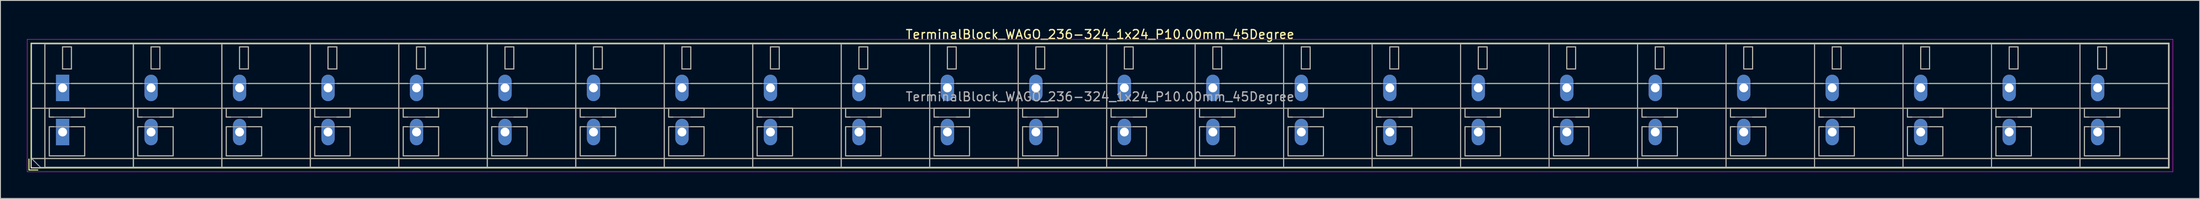
<source format=kicad_pcb>
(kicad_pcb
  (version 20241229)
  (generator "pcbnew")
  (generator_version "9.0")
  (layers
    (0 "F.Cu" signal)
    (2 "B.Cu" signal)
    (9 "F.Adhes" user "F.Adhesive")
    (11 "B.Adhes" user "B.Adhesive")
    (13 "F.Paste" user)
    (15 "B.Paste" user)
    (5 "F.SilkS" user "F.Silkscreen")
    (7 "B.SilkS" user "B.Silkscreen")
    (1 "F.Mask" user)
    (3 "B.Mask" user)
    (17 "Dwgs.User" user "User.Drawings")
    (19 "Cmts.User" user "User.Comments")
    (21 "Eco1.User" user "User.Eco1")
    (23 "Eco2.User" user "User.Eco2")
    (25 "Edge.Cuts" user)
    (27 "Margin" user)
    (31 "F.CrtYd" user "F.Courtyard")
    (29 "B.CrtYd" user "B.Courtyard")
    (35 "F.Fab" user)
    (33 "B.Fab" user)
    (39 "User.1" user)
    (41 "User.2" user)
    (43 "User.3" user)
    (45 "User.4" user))
  (footprint "TerminalBlock_WAGO_236-324_1x24_P10.00mm_45Degree"
    (layer "F.Cu")
    (at 4.025 11.908)
    (property "Reference" "TerminalBlock_WAGO_236-324_1x24_P10.00mm_45Degree" (at 117.25 -11.06 0) (layer "F.SilkS") (effects (font (size 1 1) (thickness 0.15))))
    (attr through_hole)
    (fp_line (start -3.8 3.06) (end -3.8 4.3) (stroke (width 0.12) (type solid)) (layer "F.SilkS"))
    (fp_line (start -3.8 4.3) (end -2.8 4.3) (stroke (width 0.12) (type solid)) (layer "F.SilkS"))
    (fp_line (start -3.56 -10.06) (end -3.56 4.06) (stroke (width 0.12) (type solid)) (layer "F.SilkS"))
    (fp_line (start -3.56 -10.06) (end 238.06 -10.06) (stroke (width 0.12) (type solid)) (layer "F.SilkS"))
    (fp_line (start -3.56 -5.5) (end -0.99 -5.5) (stroke (width 0.12) (type solid)) (layer "F.SilkS"))
    (fp_line (start -3.56 -2.7) (end 238.06 -2.7) (stroke (width 0.12) (type solid)) (layer "F.SilkS"))
    (fp_line (start -3.56 3) (end 238.06 3) (stroke (width 0.12) (type solid)) (layer "F.SilkS"))
    (fp_line (start -3.56 4.06) (end 238.06 4.06) (stroke (width 0.12) (type solid)) (layer "F.SilkS"))
    (fp_line (start -2 -10) (end -2 4) (stroke (width 0.12) (type solid)) (layer "F.SilkS"))
    (fp_line (start -2 -10) (end 8 -10) (stroke (width 0.12) (type solid)) (layer "F.SilkS"))
    (fp_line (start -2 4) (end 8 4) (stroke (width 0.12) (type solid)) (layer "F.SilkS"))
    (fp_line (start -1.5 -2.7) (end -1.5 -1.701) (stroke (width 0.12) (type solid)) (layer "F.SilkS"))
    (fp_line (start -1.5 -2.7) (end 2.5 -2.7) (stroke (width 0.12) (type solid)) (layer "F.SilkS"))
    (fp_line (start -1.5 -1.701) (end -0.99 -1.701) (stroke (width 0.12) (type solid)) (layer "F.SilkS"))
    (fp_line (start -1.5 -0.6) (end -1.5 2.7) (stroke (width 0.12) (type solid)) (layer "F.SilkS"))
    (fp_line (start -1.5 -0.6) (end -0.99 -0.6) (stroke (width 0.12) (type solid)) (layer "F.SilkS"))
    (fp_line (start -1.5 2.7) (end 2.5 2.7) (stroke (width 0.12) (type solid)) (layer "F.SilkS"))
    (fp_line (start 0 -9.65) (end 0 -7.15) (stroke (width 0.12) (type solid)) (layer "F.SilkS"))
    (fp_line (start 0 -9.65) (end 1 -9.65) (stroke (width 0.12) (type solid)) (layer "F.SilkS"))
    (fp_line (start 0 -7.15) (end 1 -7.15) (stroke (width 0.12) (type solid)) (layer "F.SilkS"))
    (fp_line (start 0.99 -5.5) (end 9.01 -5.5) (stroke (width 0.12) (type solid)) (layer "F.SilkS"))
    (fp_line (start 0.99 -1.701) (end 2.5 -1.701) (stroke (width 0.12) (type solid)) (layer "F.SilkS"))
    (fp_line (start 0.99 -0.6) (end 2.5 -0.6) (stroke (width 0.12) (type solid)) (layer "F.SilkS"))
    (fp_line (start 1 -9.65) (end 1 -7.15) (stroke (width 0.12) (type solid)) (layer "F.SilkS"))
    (fp_line (start 2.5 -2.7) (end 2.5 -1.701) (stroke (width 0.12) (type solid)) (layer "F.SilkS"))
    (fp_line (start 2.5 -0.6) (end 2.5 2.7) (stroke (width 0.12) (type solid)) (layer "F.SilkS"))
    (fp_line (start 8 -10) (end 8 4) (stroke (width 0.12) (type solid)) (layer "F.SilkS"))
    (fp_line (start 8 -10) (end 8 4) (stroke (width 0.12) (type solid)) (layer "F.SilkS"))
    (fp_line (start 8 -10) (end 18 -10) (stroke (width 0.12) (type solid)) (layer "F.SilkS"))
    (fp_line (start 8 4) (end 18 4) (stroke (width 0.12) (type solid)) (layer "F.SilkS"))
    (fp_line (start 8.5 -2.7) (end 8.5 -1.701) (stroke (width 0.12) (type solid)) (layer "F.SilkS"))
    (fp_line (start 8.5 -2.7) (end 12.5 -2.7) (stroke (width 0.12) (type solid)) (layer "F.SilkS"))
    (fp_line (start 8.5 -1.701) (end 9.01 -1.701) (stroke (width 0.12) (type solid)) (layer "F.SilkS"))
    (fp_line (start 8.5 -0.6) (end 8.5 2.7) (stroke (width 0.12) (type solid)) (layer "F.SilkS"))
    (fp_line (start 8.5 -0.6) (end 9.01 -0.6) (stroke (width 0.12) (type solid)) (layer "F.SilkS"))
    (fp_line (start 8.5 2.7) (end 12.5 2.7) (stroke (width 0.12) (type solid)) (layer "F.SilkS"))
    (fp_line (start 10 -9.65) (end 10 -7.15) (stroke (width 0.12) (type solid)) (layer "F.SilkS"))
    (fp_line (start 10 -9.65) (end 11 -9.65) (stroke (width 0.12) (type solid)) (layer "F.SilkS"))
    (fp_line (start 10 -7.15) (end 11 -7.15) (stroke (width 0.12) (type solid)) (layer "F.SilkS"))
    (fp_line (start 10.99 -5.5) (end 19.01 -5.5) (stroke (width 0.12) (type solid)) (layer "F.SilkS"))
    (fp_line (start 10.99 -1.701) (end 12.5 -1.701) (stroke (width 0.12) (type solid)) (layer "F.SilkS"))
    (fp_line (start 10.99 -0.6) (end 12.5 -0.6) (stroke (width 0.12) (type solid)) (layer "F.SilkS"))
    (fp_line (start 11 -9.65) (end 11 -7.15) (stroke (width 0.12) (type solid)) (layer "F.SilkS"))
    (fp_line (start 12.5 -2.7) (end 12.5 -1.701) (stroke (width 0.12) (type solid)) (layer "F.SilkS"))
    (fp_line (start 12.5 -0.6) (end 12.5 2.7) (stroke (width 0.12) (type solid)) (layer "F.SilkS"))
    (fp_line (start 18 -10) (end 18 4) (stroke (width 0.12) (type solid)) (layer "F.SilkS"))
    (fp_line (start 18 -10) (end 18 4) (stroke (width 0.12) (type solid)) (layer "F.SilkS"))
    (fp_line (start 18 -10) (end 28 -10) (stroke (width 0.12) (type solid)) (layer "F.SilkS"))
    (fp_line (start 18 4) (end 28 4) (stroke (width 0.12) (type solid)) (layer "F.SilkS"))
    (fp_line (start 18.5 -2.7) (end 18.5 -1.701) (stroke (width 0.12) (type solid)) (layer "F.SilkS"))
    (fp_line (start 18.5 -2.7) (end 22.5 -2.7) (stroke (width 0.12) (type solid)) (layer "F.SilkS"))
    (fp_line (start 18.5 -1.701) (end 19.01 -1.701) (stroke (width 0.12) (type solid)) (layer "F.SilkS"))
    (fp_line (start 18.5 -0.6) (end 18.5 2.7) (stroke (width 0.12) (type solid)) (layer "F.SilkS"))
    (fp_line (start 18.5 -0.6) (end 19.01 -0.6) (stroke (width 0.12) (type solid)) (layer "F.SilkS"))
    (fp_line (start 18.5 2.7) (end 22.5 2.7) (stroke (width 0.12) (type solid)) (layer "F.SilkS"))
    (fp_line (start 20 -9.65) (end 20 -7.15) (stroke (width 0.12) (type solid)) (layer "F.SilkS"))
    (fp_line (start 20 -9.65) (end 21 -9.65) (stroke (width 0.12) (type solid)) (layer "F.SilkS"))
    (fp_line (start 20 -7.15) (end 21 -7.15) (stroke (width 0.12) (type solid)) (layer "F.SilkS"))
    (fp_line (start 20.99 -5.5) (end 29.01 -5.5) (stroke (width 0.12) (type solid)) (layer "F.SilkS"))
    (fp_line (start 20.99 -1.701) (end 22.5 -1.701) (stroke (width 0.12) (type solid)) (layer "F.SilkS"))
    (fp_line (start 20.99 -0.6) (end 22.5 -0.6) (stroke (width 0.12) (type solid)) (layer "F.SilkS"))
    (fp_line (start 21 -9.65) (end 21 -7.15) (stroke (width 0.12) (type solid)) (layer "F.SilkS"))
    (fp_line (start 22.5 -2.7) (end 22.5 -1.701) (stroke (width 0.12) (type solid)) (layer "F.SilkS"))
    (fp_line (start 22.5 -0.6) (end 22.5 2.7) (stroke (width 0.12) (type solid)) (layer "F.SilkS"))
    (fp_line (start 28 -10) (end 28 4) (stroke (width 0.12) (type solid)) (layer "F.SilkS"))
    (fp_line (start 28 -10) (end 28 4) (stroke (width 0.12) (type solid)) (layer "F.SilkS"))
    (fp_line (start 28 -10) (end 38 -10) (stroke (width 0.12) (type solid)) (layer "F.SilkS"))
    (fp_line (start 28 4) (end 38 4) (stroke (width 0.12) (type solid)) (layer "F.SilkS"))
    (fp_line (start 28.5 -2.7) (end 28.5 -1.701) (stroke (width 0.12) (type solid)) (layer "F.SilkS"))
    (fp_line (start 28.5 -2.7) (end 32.5 -2.7) (stroke (width 0.12) (type solid)) (layer "F.SilkS"))
    (fp_line (start 28.5 -1.701) (end 29.01 -1.701) (stroke (width 0.12) (type solid)) (layer "F.SilkS"))
    (fp_line (start 28.5 -0.6) (end 28.5 2.7) (stroke (width 0.12) (type solid)) (layer "F.SilkS"))
    (fp_line (start 28.5 -0.6) (end 29.01 -0.6) (stroke (width 0.12) (type solid)) (layer "F.SilkS"))
    (fp_line (start 28.5 2.7) (end 32.5 2.7) (stroke (width 0.12) (type solid)) (layer "F.SilkS"))
    (fp_line (start 30 -9.65) (end 30 -7.15) (stroke (width 0.12) (type solid)) (layer "F.SilkS"))
    (fp_line (start 30 -9.65) (end 31 -9.65) (stroke (width 0.12) (type solid)) (layer "F.SilkS"))
    (fp_line (start 30 -7.15) (end 31 -7.15) (stroke (width 0.12) (type solid)) (layer "F.SilkS"))
    (fp_line (start 30.99 -5.5) (end 39.01 -5.5) (stroke (width 0.12) (type solid)) (layer "F.SilkS"))
    (fp_line (start 30.99 -1.701) (end 32.5 -1.701) (stroke (width 0.12) (type solid)) (layer "F.SilkS"))
    (fp_line (start 30.99 -0.6) (end 32.5 -0.6) (stroke (width 0.12) (type solid)) (layer "F.SilkS"))
    (fp_line (start 31 -9.65) (end 31 -7.15) (stroke (width 0.12) (type solid)) (layer "F.SilkS"))
    (fp_line (start 32.5 -2.7) (end 32.5 -1.701) (stroke (width 0.12) (type solid)) (layer "F.SilkS"))
    (fp_line (start 32.5 -0.6) (end 32.5 2.7) (stroke (width 0.12) (type solid)) (layer "F.SilkS"))
    (fp_line (start 38 -10) (end 38 4) (stroke (width 0.12) (type solid)) (layer "F.SilkS"))
    (fp_line (start 38 -10) (end 38 4) (stroke (width 0.12) (type solid)) (layer "F.SilkS"))
    (fp_line (start 38 -10) (end 48 -10) (stroke (width 0.12) (type solid)) (layer "F.SilkS"))
    (fp_line (start 38 4) (end 48 4) (stroke (width 0.12) (type solid)) (layer "F.SilkS"))
    (fp_line (start 38.5 -2.7) (end 38.5 -1.701) (stroke (width 0.12) (type solid)) (layer "F.SilkS"))
    (fp_line (start 38.5 -2.7) (end 42.5 -2.7) (stroke (width 0.12) (type solid)) (layer "F.SilkS"))
    (fp_line (start 38.5 -1.701) (end 39.01 -1.701) (stroke (width 0.12) (type solid)) (layer "F.SilkS"))
    (fp_line (start 38.5 -0.6) (end 38.5 2.7) (stroke (width 0.12) (type solid)) (layer "F.SilkS"))
    (fp_line (start 38.5 -0.6) (end 39.01 -0.6) (stroke (width 0.12) (type solid)) (layer "F.SilkS"))
    (fp_line (start 38.5 2.7) (end 42.5 2.7) (stroke (width 0.12) (type solid)) (layer "F.SilkS"))
    (fp_line (start 40 -9.65) (end 40 -7.15) (stroke (width 0.12) (type solid)) (layer "F.SilkS"))
    (fp_line (start 40 -9.65) (end 41 -9.65) (stroke (width 0.12) (type solid)) (layer "F.SilkS"))
    (fp_line (start 40 -7.15) (end 41 -7.15) (stroke (width 0.12) (type solid)) (layer "F.SilkS"))
    (fp_line (start 40.99 -5.5) (end 49.01 -5.5) (stroke (width 0.12) (type solid)) (layer "F.SilkS"))
    (fp_line (start 40.99 -1.701) (end 42.5 -1.701) (stroke (width 0.12) (type solid)) (layer "F.SilkS"))
    (fp_line (start 40.99 -0.6) (end 42.5 -0.6) (stroke (width 0.12) (type solid)) (layer "F.SilkS"))
    (fp_line (start 41 -9.65) (end 41 -7.15) (stroke (width 0.12) (type solid)) (layer "F.SilkS"))
    (fp_line (start 42.5 -2.7) (end 42.5 -1.701) (stroke (width 0.12) (type solid)) (layer "F.SilkS"))
    (fp_line (start 42.5 -0.6) (end 42.5 2.7) (stroke (width 0.12) (type solid)) (layer "F.SilkS"))
    (fp_line (start 48 -10) (end 48 4) (stroke (width 0.12) (type solid)) (layer "F.SilkS"))
    (fp_line (start 48 -10) (end 48 4) (stroke (width 0.12) (type solid)) (layer "F.SilkS"))
    (fp_line (start 48 -10) (end 58 -10) (stroke (width 0.12) (type solid)) (layer "F.SilkS"))
    (fp_line (start 48 4) (end 58 4) (stroke (width 0.12) (type solid)) (layer "F.SilkS"))
    (fp_line (start 48.5 -2.7) (end 48.5 -1.701) (stroke (width 0.12) (type solid)) (layer "F.SilkS"))
    (fp_line (start 48.5 -2.7) (end 52.5 -2.7) (stroke (width 0.12) (type solid)) (layer "F.SilkS"))
    (fp_line (start 48.5 -1.701) (end 49.01 -1.701) (stroke (width 0.12) (type solid)) (layer "F.SilkS"))
    (fp_line (start 48.5 -0.6) (end 48.5 2.7) (stroke (width 0.12) (type solid)) (layer "F.SilkS"))
    (fp_line (start 48.5 -0.6) (end 49.01 -0.6) (stroke (width 0.12) (type solid)) (layer "F.SilkS"))
    (fp_line (start 48.5 2.7) (end 52.5 2.7) (stroke (width 0.12) (type solid)) (layer "F.SilkS"))
    (fp_line (start 50 -9.65) (end 50 -7.15) (stroke (width 0.12) (type solid)) (layer "F.SilkS"))
    (fp_line (start 50 -9.65) (end 51 -9.65) (stroke (width 0.12) (type solid)) (layer "F.SilkS"))
    (fp_line (start 50 -7.15) (end 51 -7.15) (stroke (width 0.12) (type solid)) (layer "F.SilkS"))
    (fp_line (start 50.99 -5.5) (end 59.01 -5.5) (stroke (width 0.12) (type solid)) (layer "F.SilkS"))
    (fp_line (start 50.99 -1.701) (end 52.5 -1.701) (stroke (width 0.12) (type solid)) (layer "F.SilkS"))
    (fp_line (start 50.99 -0.6) (end 52.5 -0.6) (stroke (width 0.12) (type solid)) (layer "F.SilkS"))
    (fp_line (start 51 -9.65) (end 51 -7.15) (stroke (width 0.12) (type solid)) (layer "F.SilkS"))
    (fp_line (start 52.5 -2.7) (end 52.5 -1.701) (stroke (width 0.12) (type solid)) (layer "F.SilkS"))
    (fp_line (start 52.5 -0.6) (end 52.5 2.7) (stroke (width 0.12) (type solid)) (layer "F.SilkS"))
    (fp_line (start 58 -10) (end 58 4) (stroke (width 0.12) (type solid)) (layer "F.SilkS"))
    (fp_line (start 58 -10) (end 58 4) (stroke (width 0.12) (type solid)) (layer "F.SilkS"))
    (fp_line (start 58 -10) (end 68 -10) (stroke (width 0.12) (type solid)) (layer "F.SilkS"))
    (fp_line (start 58 4) (end 68 4) (stroke (width 0.12) (type solid)) (layer "F.SilkS"))
    (fp_line (start 58.5 -2.7) (end 58.5 -1.701) (stroke (width 0.12) (type solid)) (layer "F.SilkS"))
    (fp_line (start 58.5 -2.7) (end 62.5 -2.7) (stroke (width 0.12) (type solid)) (layer "F.SilkS"))
    (fp_line (start 58.5 -1.701) (end 59.01 -1.701) (stroke (width 0.12) (type solid)) (layer "F.SilkS"))
    (fp_line (start 58.5 -0.6) (end 58.5 2.7) (stroke (width 0.12) (type solid)) (layer "F.SilkS"))
    (fp_line (start 58.5 -0.6) (end 59.01 -0.6) (stroke (width 0.12) (type solid)) (layer "F.SilkS"))
    (fp_line (start 58.5 2.7) (end 62.5 2.7) (stroke (width 0.12) (type solid)) (layer "F.SilkS"))
    (fp_line (start 60 -9.65) (end 60 -7.15) (stroke (width 0.12) (type solid)) (layer "F.SilkS"))
    (fp_line (start 60 -9.65) (end 61 -9.65) (stroke (width 0.12) (type solid)) (layer "F.SilkS"))
    (fp_line (start 60 -7.15) (end 61 -7.15) (stroke (width 0.12) (type solid)) (layer "F.SilkS"))
    (fp_line (start 60.99 -5.5) (end 69.01 -5.5) (stroke (width 0.12) (type solid)) (layer "F.SilkS"))
    (fp_line (start 60.99 -1.701) (end 62.5 -1.701) (stroke (width 0.12) (type solid)) (layer "F.SilkS"))
    (fp_line (start 60.99 -0.6) (end 62.5 -0.6) (stroke (width 0.12) (type solid)) (layer "F.SilkS"))
    (fp_line (start 61 -9.65) (end 61 -7.15) (stroke (width 0.12) (type solid)) (layer "F.SilkS"))
    (fp_line (start 62.5 -2.7) (end 62.5 -1.701) (stroke (width 0.12) (type solid)) (layer "F.SilkS"))
    (fp_line (start 62.5 -0.6) (end 62.5 2.7) (stroke (width 0.12) (type solid)) (layer "F.SilkS"))
    (fp_line (start 68 -10) (end 68 4) (stroke (width 0.12) (type solid)) (layer "F.SilkS"))
    (fp_line (start 68 -10) (end 68 4) (stroke (width 0.12) (type solid)) (layer "F.SilkS"))
    (fp_line (start 68 -10) (end 78 -10) (stroke (width 0.12) (type solid)) (layer "F.SilkS"))
    (fp_line (start 68 4) (end 78 4) (stroke (width 0.12) (type solid)) (layer "F.SilkS"))
    (fp_line (start 68.5 -2.7) (end 68.5 -1.701) (stroke (width 0.12) (type solid)) (layer "F.SilkS"))
    (fp_line (start 68.5 -2.7) (end 72.5 -2.7) (stroke (width 0.12) (type solid)) (layer "F.SilkS"))
    (fp_line (start 68.5 -1.701) (end 69.01 -1.701) (stroke (width 0.12) (type solid)) (layer "F.SilkS"))
    (fp_line (start 68.5 -0.6) (end 68.5 2.7) (stroke (width 0.12) (type solid)) (layer "F.SilkS"))
    (fp_line (start 68.5 -0.6) (end 69.01 -0.6) (stroke (width 0.12) (type solid)) (layer "F.SilkS"))
    (fp_line (start 68.5 2.7) (end 72.5 2.7) (stroke (width 0.12) (type solid)) (layer "F.SilkS"))
    (fp_line (start 70 -9.65) (end 70 -7.15) (stroke (width 0.12) (type solid)) (layer "F.SilkS"))
    (fp_line (start 70 -9.65) (end 71 -9.65) (stroke (width 0.12) (type solid)) (layer "F.SilkS"))
    (fp_line (start 70 -7.15) (end 71 -7.15) (stroke (width 0.12) (type solid)) (layer "F.SilkS"))
    (fp_line (start 70.99 -5.5) (end 79.01 -5.5) (stroke (width 0.12) (type solid)) (layer "F.SilkS"))
    (fp_line (start 70.99 -1.701) (end 72.5 -1.701) (stroke (width 0.12) (type solid)) (layer "F.SilkS"))
    (fp_line (start 70.99 -0.6) (end 72.5 -0.6) (stroke (width 0.12) (type solid)) (layer "F.SilkS"))
    (fp_line (start 71 -9.65) (end 71 -7.15) (stroke (width 0.12) (type solid)) (layer "F.SilkS"))
    (fp_line (start 72.5 -2.7) (end 72.5 -1.701) (stroke (width 0.12) (type solid)) (layer "F.SilkS"))
    (fp_line (start 72.5 -0.6) (end 72.5 2.7) (stroke (width 0.12) (type solid)) (layer "F.SilkS"))
    (fp_line (start 78 -10) (end 78 4) (stroke (width 0.12) (type solid)) (layer "F.SilkS"))
    (fp_line (start 78 -10) (end 78 4) (stroke (width 0.12) (type solid)) (layer "F.SilkS"))
    (fp_line (start 78 -10) (end 88 -10) (stroke (width 0.12) (type solid)) (layer "F.SilkS"))
    (fp_line (start 78 4) (end 88 4) (stroke (width 0.12) (type solid)) (layer "F.SilkS"))
    (fp_line (start 78.5 -2.7) (end 78.5 -1.701) (stroke (width 0.12) (type solid)) (layer "F.SilkS"))
    (fp_line (start 78.5 -2.7) (end 82.5 -2.7) (stroke (width 0.12) (type solid)) (layer "F.SilkS"))
    (fp_line (start 78.5 -1.701) (end 79.01 -1.701) (stroke (width 0.12) (type solid)) (layer "F.SilkS"))
    (fp_line (start 78.5 -0.6) (end 78.5 2.7) (stroke (width 0.12) (type solid)) (layer "F.SilkS"))
    (fp_line (start 78.5 -0.6) (end 79.01 -0.6) (stroke (width 0.12) (type solid)) (layer "F.SilkS"))
    (fp_line (start 78.5 2.7) (end 82.5 2.7) (stroke (width 0.12) (type solid)) (layer "F.SilkS"))
    (fp_line (start 80 -9.65) (end 80 -7.15) (stroke (width 0.12) (type solid)) (layer "F.SilkS"))
    (fp_line (start 80 -9.65) (end 81 -9.65) (stroke (width 0.12) (type solid)) (layer "F.SilkS"))
    (fp_line (start 80 -7.15) (end 81 -7.15) (stroke (width 0.12) (type solid)) (layer "F.SilkS"))
    (fp_line (start 80.99 -5.5) (end 89.01 -5.5) (stroke (width 0.12) (type solid)) (layer "F.SilkS"))
    (fp_line (start 80.99 -1.701) (end 82.5 -1.701) (stroke (width 0.12) (type solid)) (layer "F.SilkS"))
    (fp_line (start 80.99 -0.6) (end 82.5 -0.6) (stroke (width 0.12) (type solid)) (layer "F.SilkS"))
    (fp_line (start 81 -9.65) (end 81 -7.15) (stroke (width 0.12) (type solid)) (layer "F.SilkS"))
    (fp_line (start 82.5 -2.7) (end 82.5 -1.701) (stroke (width 0.12) (type solid)) (layer "F.SilkS"))
    (fp_line (start 82.5 -0.6) (end 82.5 2.7) (stroke (width 0.12) (type solid)) (layer "F.SilkS"))
    (fp_line (start 88 -10) (end 88 4) (stroke (width 0.12) (type solid)) (layer "F.SilkS"))
    (fp_line (start 88 -10) (end 88 4) (stroke (width 0.12) (type solid)) (layer "F.SilkS"))
    (fp_line (start 88 -10) (end 98 -10) (stroke (width 0.12) (type solid)) (layer "F.SilkS"))
    (fp_line (start 88 4) (end 98 4) (stroke (width 0.12) (type solid)) (layer "F.SilkS"))
    (fp_line (start 88.5 -2.7) (end 88.5 -1.701) (stroke (width 0.12) (type solid)) (layer "F.SilkS"))
    (fp_line (start 88.5 -2.7) (end 92.5 -2.7) (stroke (width 0.12) (type solid)) (layer "F.SilkS"))
    (fp_line (start 88.5 -1.701) (end 89.01 -1.701) (stroke (width 0.12) (type solid)) (layer "F.SilkS"))
    (fp_line (start 88.5 -0.6) (end 88.5 2.7) (stroke (width 0.12) (type solid)) (layer "F.SilkS"))
    (fp_line (start 88.5 -0.6) (end 89.01 -0.6) (stroke (width 0.12) (type solid)) (layer "F.SilkS"))
    (fp_line (start 88.5 2.7) (end 92.5 2.7) (stroke (width 0.12) (type solid)) (layer "F.SilkS"))
    (fp_line (start 90 -9.65) (end 90 -7.15) (stroke (width 0.12) (type solid)) (layer "F.SilkS"))
    (fp_line (start 90 -9.65) (end 91 -9.65) (stroke (width 0.12) (type solid)) (layer "F.SilkS"))
    (fp_line (start 90 -7.15) (end 91 -7.15) (stroke (width 0.12) (type solid)) (layer "F.SilkS"))
    (fp_line (start 90.99 -5.5) (end 99.01 -5.5) (stroke (width 0.12) (type solid)) (layer "F.SilkS"))
    (fp_line (start 90.99 -1.701) (end 92.5 -1.701) (stroke (width 0.12) (type solid)) (layer "F.SilkS"))
    (fp_line (start 90.99 -0.6) (end 92.5 -0.6) (stroke (width 0.12) (type solid)) (layer "F.SilkS"))
    (fp_line (start 91 -9.65) (end 91 -7.15) (stroke (width 0.12) (type solid)) (layer "F.SilkS"))
    (fp_line (start 92.5 -2.7) (end 92.5 -1.701) (stroke (width 0.12) (type solid)) (layer "F.SilkS"))
    (fp_line (start 92.5 -0.6) (end 92.5 2.7) (stroke (width 0.12) (type solid)) (layer "F.SilkS"))
    (fp_line (start 98 -10) (end 98 4) (stroke (width 0.12) (type solid)) (layer "F.SilkS"))
    (fp_line (start 98 -10) (end 98 4) (stroke (width 0.12) (type solid)) (layer "F.SilkS"))
    (fp_line (start 98 -10) (end 108 -10) (stroke (width 0.12) (type solid)) (layer "F.SilkS"))
    (fp_line (start 98 4) (end 108 4) (stroke (width 0.12) (type solid)) (layer "F.SilkS"))
    (fp_line (start 98.5 -2.7) (end 98.5 -1.701) (stroke (width 0.12) (type solid)) (layer "F.SilkS"))
    (fp_line (start 98.5 -2.7) (end 102.5 -2.7) (stroke (width 0.12) (type solid)) (layer "F.SilkS"))
    (fp_line (start 98.5 -1.701) (end 99.01 -1.701) (stroke (width 0.12) (type solid)) (layer "F.SilkS"))
    (fp_line (start 98.5 -0.6) (end 98.5 2.7) (stroke (width 0.12) (type solid)) (layer "F.SilkS"))
    (fp_line (start 98.5 -0.6) (end 99.01 -0.6) (stroke (width 0.12) (type solid)) (layer "F.SilkS"))
    (fp_line (start 98.5 2.7) (end 102.5 2.7) (stroke (width 0.12) (type solid)) (layer "F.SilkS"))
    (fp_line (start 100 -9.65) (end 100 -7.15) (stroke (width 0.12) (type solid)) (layer "F.SilkS"))
    (fp_line (start 100 -9.65) (end 101 -9.65) (stroke (width 0.12) (type solid)) (layer "F.SilkS"))
    (fp_line (start 100 -7.15) (end 101 -7.15) (stroke (width 0.12) (type solid)) (layer "F.SilkS"))
    (fp_line (start 100.99 -5.5) (end 109.01 -5.5) (stroke (width 0.12) (type solid)) (layer "F.SilkS"))
    (fp_line (start 100.99 -1.701) (end 102.5 -1.701) (stroke (width 0.12) (type solid)) (layer "F.SilkS"))
    (fp_line (start 100.99 -0.6) (end 102.5 -0.6) (stroke (width 0.12) (type solid)) (layer "F.SilkS"))
    (fp_line (start 101 -9.65) (end 101 -7.15) (stroke (width 0.12) (type solid)) (layer "F.SilkS"))
    (fp_line (start 102.5 -2.7) (end 102.5 -1.701) (stroke (width 0.12) (type solid)) (layer "F.SilkS"))
    (fp_line (start 102.5 -0.6) (end 102.5 2.7) (stroke (width 0.12) (type solid)) (layer "F.SilkS"))
    (fp_line (start 108 -10) (end 108 4) (stroke (width 0.12) (type solid)) (layer "F.SilkS"))
    (fp_line (start 108 -10) (end 108 4) (stroke (width 0.12) (type solid)) (layer "F.SilkS"))
    (fp_line (start 108 -10) (end 118 -10) (stroke (width 0.12) (type solid)) (layer "F.SilkS"))
    (fp_line (start 108 4) (end 118 4) (stroke (width 0.12) (type solid)) (layer "F.SilkS"))
    (fp_line (start 108.5 -2.7) (end 108.5 -1.701) (stroke (width 0.12) (type solid)) (layer "F.SilkS"))
    (fp_line (start 108.5 -2.7) (end 112.5 -2.7) (stroke (width 0.12) (type solid)) (layer "F.SilkS"))
    (fp_line (start 108.5 -1.701) (end 109.01 -1.701) (stroke (width 0.12) (type solid)) (layer "F.SilkS"))
    (fp_line (start 108.5 -0.6) (end 108.5 2.7) (stroke (width 0.12) (type solid)) (layer "F.SilkS"))
    (fp_line (start 108.5 -0.6) (end 109.01 -0.6) (stroke (width 0.12) (type solid)) (layer "F.SilkS"))
    (fp_line (start 108.5 2.7) (end 112.5 2.7) (stroke (width 0.12) (type solid)) (layer "F.SilkS"))
    (fp_line (start 110 -9.65) (end 110 -7.15) (stroke (width 0.12) (type solid)) (layer "F.SilkS"))
    (fp_line (start 110 -9.65) (end 111 -9.65) (stroke (width 0.12) (type solid)) (layer "F.SilkS"))
    (fp_line (start 110 -7.15) (end 111 -7.15) (stroke (width 0.12) (type solid)) (layer "F.SilkS"))
    (fp_line (start 110.99 -5.5) (end 119.01 -5.5) (stroke (width 0.12) (type solid)) (layer "F.SilkS"))
    (fp_line (start 110.99 -1.701) (end 112.5 -1.701) (stroke (width 0.12) (type solid)) (layer "F.SilkS"))
    (fp_line (start 110.99 -0.6) (end 112.5 -0.6) (stroke (width 0.12) (type solid)) (layer "F.SilkS"))
    (fp_line (start 111 -9.65) (end 111 -7.15) (stroke (width 0.12) (type solid)) (layer "F.SilkS"))
    (fp_line (start 112.5 -2.7) (end 112.5 -1.701) (stroke (width 0.12) (type solid)) (layer "F.SilkS"))
    (fp_line (start 112.5 -0.6) (end 112.5 2.7) (stroke (width 0.12) (type solid)) (layer "F.SilkS"))
    (fp_line (start 118 -10) (end 118 4) (stroke (width 0.12) (type solid)) (layer "F.SilkS"))
    (fp_line (start 118 -10) (end 118 4) (stroke (width 0.12) (type solid)) (layer "F.SilkS"))
    (fp_line (start 118 -10) (end 128 -10) (stroke (width 0.12) (type solid)) (layer "F.SilkS"))
    (fp_line (start 118 4) (end 128 4) (stroke (width 0.12) (type solid)) (layer "F.SilkS"))
    (fp_line (start 118.5 -2.7) (end 118.5 -1.701) (stroke (width 0.12) (type solid)) (layer "F.SilkS"))
    (fp_line (start 118.5 -2.7) (end 122.5 -2.7) (stroke (width 0.12) (type solid)) (layer "F.SilkS"))
    (fp_line (start 118.5 -1.701) (end 119.01 -1.701) (stroke (width 0.12) (type solid)) (layer "F.SilkS"))
    (fp_line (start 118.5 -0.6) (end 118.5 2.7) (stroke (width 0.12) (type solid)) (layer "F.SilkS"))
    (fp_line (start 118.5 -0.6) (end 119.01 -0.6) (stroke (width 0.12) (type solid)) (layer "F.SilkS"))
    (fp_line (start 118.5 2.7) (end 122.5 2.7) (stroke (width 0.12) (type solid)) (layer "F.SilkS"))
    (fp_line (start 120 -9.65) (end 120 -7.15) (stroke (width 0.12) (type solid)) (layer "F.SilkS"))
    (fp_line (start 120 -9.65) (end 121 -9.65) (stroke (width 0.12) (type solid)) (layer "F.SilkS"))
    (fp_line (start 120 -7.15) (end 121 -7.15) (stroke (width 0.12) (type solid)) (layer "F.SilkS"))
    (fp_line (start 120.99 -5.5) (end 129.01 -5.5) (stroke (width 0.12) (type solid)) (layer "F.SilkS"))
    (fp_line (start 120.99 -1.701) (end 122.5 -1.701) (stroke (width 0.12) (type solid)) (layer "F.SilkS"))
    (fp_line (start 120.99 -0.6) (end 122.5 -0.6) (stroke (width 0.12) (type solid)) (layer "F.SilkS"))
    (fp_line (start 121 -9.65) (end 121 -7.15) (stroke (width 0.12) (type solid)) (layer "F.SilkS"))
    (fp_line (start 122.5 -2.7) (end 122.5 -1.701) (stroke (width 0.12) (type solid)) (layer "F.SilkS"))
    (fp_line (start 122.5 -0.6) (end 122.5 2.7) (stroke (width 0.12) (type solid)) (layer "F.SilkS"))
    (fp_line (start 128 -10) (end 128 4) (stroke (width 0.12) (type solid)) (layer "F.SilkS"))
    (fp_line (start 128 -10) (end 128 4) (stroke (width 0.12) (type solid)) (layer "F.SilkS"))
    (fp_line (start 128 -10) (end 138 -10) (stroke (width 0.12) (type solid)) (layer "F.SilkS"))
    (fp_line (start 128 4) (end 138 4) (stroke (width 0.12) (type solid)) (layer "F.SilkS"))
    (fp_line (start 128.5 -2.7) (end 128.5 -1.701) (stroke (width 0.12) (type solid)) (layer "F.SilkS"))
    (fp_line (start 128.5 -2.7) (end 132.5 -2.7) (stroke (width 0.12) (type solid)) (layer "F.SilkS"))
    (fp_line (start 128.5 -1.701) (end 129.01 -1.701) (stroke (width 0.12) (type solid)) (layer "F.SilkS"))
    (fp_line (start 128.5 -0.6) (end 128.5 2.7) (stroke (width 0.12) (type solid)) (layer "F.SilkS"))
    (fp_line (start 128.5 -0.6) (end 129.01 -0.6) (stroke (width 0.12) (type solid)) (layer "F.SilkS"))
    (fp_line (start 128.5 2.7) (end 132.5 2.7) (stroke (width 0.12) (type solid)) (layer "F.SilkS"))
    (fp_line (start 130 -9.65) (end 130 -7.15) (stroke (width 0.12) (type solid)) (layer "F.SilkS"))
    (fp_line (start 130 -9.65) (end 131 -9.65) (stroke (width 0.12) (type solid)) (layer "F.SilkS"))
    (fp_line (start 130 -7.15) (end 131 -7.15) (stroke (width 0.12) (type solid)) (layer "F.SilkS"))
    (fp_line (start 130.99 -5.5) (end 139.01 -5.5) (stroke (width 0.12) (type solid)) (layer "F.SilkS"))
    (fp_line (start 130.99 -1.701) (end 132.5 -1.701) (stroke (width 0.12) (type solid)) (layer "F.SilkS"))
    (fp_line (start 130.99 -0.6) (end 132.5 -0.6) (stroke (width 0.12) (type solid)) (layer "F.SilkS"))
    (fp_line (start 131 -9.65) (end 131 -7.15) (stroke (width 0.12) (type solid)) (layer "F.SilkS"))
    (fp_line (start 132.5 -2.7) (end 132.5 -1.701) (stroke (width 0.12) (type solid)) (layer "F.SilkS"))
    (fp_line (start 132.5 -0.6) (end 132.5 2.7) (stroke (width 0.12) (type solid)) (layer "F.SilkS"))
    (fp_line (start 138 -10) (end 138 4) (stroke (width 0.12) (type solid)) (layer "F.SilkS"))
    (fp_line (start 138 -10) (end 138 4) (stroke (width 0.12) (type solid)) (layer "F.SilkS"))
    (fp_line (start 138 -10) (end 148 -10) (stroke (width 0.12) (type solid)) (layer "F.SilkS"))
    (fp_line (start 138 4) (end 148 4) (stroke (width 0.12) (type solid)) (layer "F.SilkS"))
    (fp_line (start 138.5 -2.7) (end 138.5 -1.701) (stroke (width 0.12) (type solid)) (layer "F.SilkS"))
    (fp_line (start 138.5 -2.7) (end 142.5 -2.7) (stroke (width 0.12) (type solid)) (layer "F.SilkS"))
    (fp_line (start 138.5 -1.701) (end 139.01 -1.701) (stroke (width 0.12) (type solid)) (layer "F.SilkS"))
    (fp_line (start 138.5 -0.6) (end 138.5 2.7) (stroke (width 0.12) (type solid)) (layer "F.SilkS"))
    (fp_line (start 138.5 -0.6) (end 139.01 -0.6) (stroke (width 0.12) (type solid)) (layer "F.SilkS"))
    (fp_line (start 138.5 2.7) (end 142.5 2.7) (stroke (width 0.12) (type solid)) (layer "F.SilkS"))
    (fp_line (start 140 -9.65) (end 140 -7.15) (stroke (width 0.12) (type solid)) (layer "F.SilkS"))
    (fp_line (start 140 -9.65) (end 141 -9.65) (stroke (width 0.12) (type solid)) (layer "F.SilkS"))
    (fp_line (start 140 -7.15) (end 141 -7.15) (stroke (width 0.12) (type solid)) (layer "F.SilkS"))
    (fp_line (start 140.99 -5.5) (end 149.01 -5.5) (stroke (width 0.12) (type solid)) (layer "F.SilkS"))
    (fp_line (start 140.99 -1.701) (end 142.5 -1.701) (stroke (width 0.12) (type solid)) (layer "F.SilkS"))
    (fp_line (start 140.99 -0.6) (end 142.5 -0.6) (stroke (width 0.12) (type solid)) (layer "F.SilkS"))
    (fp_line (start 141 -9.65) (end 141 -7.15) (stroke (width 0.12) (type solid)) (layer "F.SilkS"))
    (fp_line (start 142.5 -2.7) (end 142.5 -1.701) (stroke (width 0.12) (type solid)) (layer "F.SilkS"))
    (fp_line (start 142.5 -0.6) (end 142.5 2.7) (stroke (width 0.12) (type solid)) (layer "F.SilkS"))
    (fp_line (start 148 -10) (end 148 4) (stroke (width 0.12) (type solid)) (layer "F.SilkS"))
    (fp_line (start 148 -10) (end 148 4) (stroke (width 0.12) (type solid)) (layer "F.SilkS"))
    (fp_line (start 148 -10) (end 158 -10) (stroke (width 0.12) (type solid)) (layer "F.SilkS"))
    (fp_line (start 148 4) (end 158 4) (stroke (width 0.12) (type solid)) (layer "F.SilkS"))
    (fp_line (start 148.5 -2.7) (end 148.5 -1.701) (stroke (width 0.12) (type solid)) (layer "F.SilkS"))
    (fp_line (start 148.5 -2.7) (end 152.5 -2.7) (stroke (width 0.12) (type solid)) (layer "F.SilkS"))
    (fp_line (start 148.5 -1.701) (end 149.01 -1.701) (stroke (width 0.12) (type solid)) (layer "F.SilkS"))
    (fp_line (start 148.5 -0.6) (end 148.5 2.7) (stroke (width 0.12) (type solid)) (layer "F.SilkS"))
    (fp_line (start 148.5 -0.6) (end 149.01 -0.6) (stroke (width 0.12) (type solid)) (layer "F.SilkS"))
    (fp_line (start 148.5 2.7) (end 152.5 2.7) (stroke (width 0.12) (type solid)) (layer "F.SilkS"))
    (fp_line (start 150 -9.65) (end 150 -7.15) (stroke (width 0.12) (type solid)) (layer "F.SilkS"))
    (fp_line (start 150 -9.65) (end 151 -9.65) (stroke (width 0.12) (type solid)) (layer "F.SilkS"))
    (fp_line (start 150 -7.15) (end 151 -7.15) (stroke (width 0.12) (type solid)) (layer "F.SilkS"))
    (fp_line (start 150.99 -5.5) (end 159.01 -5.5) (stroke (width 0.12) (type solid)) (layer "F.SilkS"))
    (fp_line (start 150.99 -1.701) (end 152.5 -1.701) (stroke (width 0.12) (type solid)) (layer "F.SilkS"))
    (fp_line (start 150.99 -0.6) (end 152.5 -0.6) (stroke (width 0.12) (type solid)) (layer "F.SilkS"))
    (fp_line (start 151 -9.65) (end 151 -7.15) (stroke (width 0.12) (type solid)) (layer "F.SilkS"))
    (fp_line (start 152.5 -2.7) (end 152.5 -1.701) (stroke (width 0.12) (type solid)) (layer "F.SilkS"))
    (fp_line (start 152.5 -0.6) (end 152.5 2.7) (stroke (width 0.12) (type solid)) (layer "F.SilkS"))
    (fp_line (start 158 -10) (end 158 4) (stroke (width 0.12) (type solid)) (layer "F.SilkS"))
    (fp_line (start 158 -10) (end 158 4) (stroke (width 0.12) (type solid)) (layer "F.SilkS"))
    (fp_line (start 158 -10) (end 168 -10) (stroke (width 0.12) (type solid)) (layer "F.SilkS"))
    (fp_line (start 158 4) (end 168 4) (stroke (width 0.12) (type solid)) (layer "F.SilkS"))
    (fp_line (start 158.5 -2.7) (end 158.5 -1.701) (stroke (width 0.12) (type solid)) (layer "F.SilkS"))
    (fp_line (start 158.5 -2.7) (end 162.5 -2.7) (stroke (width 0.12) (type solid)) (layer "F.SilkS"))
    (fp_line (start 158.5 -1.701) (end 159.01 -1.701) (stroke (width 0.12) (type solid)) (layer "F.SilkS"))
    (fp_line (start 158.5 -0.6) (end 158.5 2.7) (stroke (width 0.12) (type solid)) (layer "F.SilkS"))
    (fp_line (start 158.5 -0.6) (end 159.01 -0.6) (stroke (width 0.12) (type solid)) (layer "F.SilkS"))
    (fp_line (start 158.5 2.7) (end 162.5 2.7) (stroke (width 0.12) (type solid)) (layer "F.SilkS"))
    (fp_line (start 160 -9.65) (end 160 -7.15) (stroke (width 0.12) (type solid)) (layer "F.SilkS"))
    (fp_line (start 160 -9.65) (end 161 -9.65) (stroke (width 0.12) (type solid)) (layer "F.SilkS"))
    (fp_line (start 160 -7.15) (end 161 -7.15) (stroke (width 0.12) (type solid)) (layer "F.SilkS"))
    (fp_line (start 160.99 -5.5) (end 169.01 -5.5) (stroke (width 0.12) (type solid)) (layer "F.SilkS"))
    (fp_line (start 160.99 -1.701) (end 162.5 -1.701) (stroke (width 0.12) (type solid)) (layer "F.SilkS"))
    (fp_line (start 160.99 -0.6) (end 162.5 -0.6) (stroke (width 0.12) (type solid)) (layer "F.SilkS"))
    (fp_line (start 161 -9.65) (end 161 -7.15) (stroke (width 0.12) (type solid)) (layer "F.SilkS"))
    (fp_line (start 162.5 -2.7) (end 162.5 -1.701) (stroke (width 0.12) (type solid)) (layer "F.SilkS"))
    (fp_line (start 162.5 -0.6) (end 162.5 2.7) (stroke (width 0.12) (type solid)) (layer "F.SilkS"))
    (fp_line (start 168 -10) (end 168 4) (stroke (width 0.12) (type solid)) (layer "F.SilkS"))
    (fp_line (start 168 -10) (end 168 4) (stroke (width 0.12) (type solid)) (layer "F.SilkS"))
    (fp_line (start 168 -10) (end 178 -10) (stroke (width 0.12) (type solid)) (layer "F.SilkS"))
    (fp_line (start 168 4) (end 178 4) (stroke (width 0.12) (type solid)) (layer "F.SilkS"))
    (fp_line (start 168.5 -2.7) (end 168.5 -1.701) (stroke (width 0.12) (type solid)) (layer "F.SilkS"))
    (fp_line (start 168.5 -2.7) (end 172.5 -2.7) (stroke (width 0.12) (type solid)) (layer "F.SilkS"))
    (fp_line (start 168.5 -1.701) (end 169.01 -1.701) (stroke (width 0.12) (type solid)) (layer "F.SilkS"))
    (fp_line (start 168.5 -0.6) (end 168.5 2.7) (stroke (width 0.12) (type solid)) (layer "F.SilkS"))
    (fp_line (start 168.5 -0.6) (end 169.01 -0.6) (stroke (width 0.12) (type solid)) (layer "F.SilkS"))
    (fp_line (start 168.5 2.7) (end 172.5 2.7) (stroke (width 0.12) (type solid)) (layer "F.SilkS"))
    (fp_line (start 170 -9.65) (end 170 -7.15) (stroke (width 0.12) (type solid)) (layer "F.SilkS"))
    (fp_line (start 170 -9.65) (end 171 -9.65) (stroke (width 0.12) (type solid)) (layer "F.SilkS"))
    (fp_line (start 170 -7.15) (end 171 -7.15) (stroke (width 0.12) (type solid)) (layer "F.SilkS"))
    (fp_line (start 170.99 -5.5) (end 179.01 -5.5) (stroke (width 0.12) (type solid)) (layer "F.SilkS"))
    (fp_line (start 170.99 -1.701) (end 172.5 -1.701) (stroke (width 0.12) (type solid)) (layer "F.SilkS"))
    (fp_line (start 170.99 -0.6) (end 172.5 -0.6) (stroke (width 0.12) (type solid)) (layer "F.SilkS"))
    (fp_line (start 171 -9.65) (end 171 -7.15) (stroke (width 0.12) (type solid)) (layer "F.SilkS"))
    (fp_line (start 172.5 -2.7) (end 172.5 -1.701) (stroke (width 0.12) (type solid)) (layer "F.SilkS"))
    (fp_line (start 172.5 -0.6) (end 172.5 2.7) (stroke (width 0.12) (type solid)) (layer "F.SilkS"))
    (fp_line (start 178 -10) (end 178 4) (stroke (width 0.12) (type solid)) (layer "F.SilkS"))
    (fp_line (start 178 -10) (end 178 4) (stroke (width 0.12) (type solid)) (layer "F.SilkS"))
    (fp_line (start 178 -10) (end 188 -10) (stroke (width 0.12) (type solid)) (layer "F.SilkS"))
    (fp_line (start 178 4) (end 188 4) (stroke (width 0.12) (type solid)) (layer "F.SilkS"))
    (fp_line (start 178.5 -2.7) (end 178.5 -1.701) (stroke (width 0.12) (type solid)) (layer "F.SilkS"))
    (fp_line (start 178.5 -2.7) (end 182.5 -2.7) (stroke (width 0.12) (type solid)) (layer "F.SilkS"))
    (fp_line (start 178.5 -1.701) (end 179.01 -1.701) (stroke (width 0.12) (type solid)) (layer "F.SilkS"))
    (fp_line (start 178.5 -0.6) (end 178.5 2.7) (stroke (width 0.12) (type solid)) (layer "F.SilkS"))
    (fp_line (start 178.5 -0.6) (end 179.01 -0.6) (stroke (width 0.12) (type solid)) (layer "F.SilkS"))
    (fp_line (start 178.5 2.7) (end 182.5 2.7) (stroke (width 0.12) (type solid)) (layer "F.SilkS"))
    (fp_line (start 180 -9.65) (end 180 -7.15) (stroke (width 0.12) (type solid)) (layer "F.SilkS"))
    (fp_line (start 180 -9.65) (end 181 -9.65) (stroke (width 0.12) (type solid)) (layer "F.SilkS"))
    (fp_line (start 180 -7.15) (end 181 -7.15) (stroke (width 0.12) (type solid)) (layer "F.SilkS"))
    (fp_line (start 180.99 -5.5) (end 189.01 -5.5) (stroke (width 0.12) (type solid)) (layer "F.SilkS"))
    (fp_line (start 180.99 -1.701) (end 182.5 -1.701) (stroke (width 0.12) (type solid)) (layer "F.SilkS"))
    (fp_line (start 180.99 -0.6) (end 182.5 -0.6) (stroke (width 0.12) (type solid)) (layer "F.SilkS"))
    (fp_line (start 181 -9.65) (end 181 -7.15) (stroke (width 0.12) (type solid)) (layer "F.SilkS"))
    (fp_line (start 182.5 -2.7) (end 182.5 -1.701) (stroke (width 0.12) (type solid)) (layer "F.SilkS"))
    (fp_line (start 182.5 -0.6) (end 182.5 2.7) (stroke (width 0.12) (type solid)) (layer "F.SilkS"))
    (fp_line (start 188 -10) (end 188 4) (stroke (width 0.12) (type solid)) (layer "F.SilkS"))
    (fp_line (start 188 -10) (end 188 4) (stroke (width 0.12) (type solid)) (layer "F.SilkS"))
    (fp_line (start 188 -10) (end 198 -10) (stroke (width 0.12) (type solid)) (layer "F.SilkS"))
    (fp_line (start 188 4) (end 198 4) (stroke (width 0.12) (type solid)) (layer "F.SilkS"))
    (fp_line (start 188.5 -2.7) (end 188.5 -1.701) (stroke (width 0.12) (type solid)) (layer "F.SilkS"))
    (fp_line (start 188.5 -2.7) (end 192.5 -2.7) (stroke (width 0.12) (type solid)) (layer "F.SilkS"))
    (fp_line (start 188.5 -1.701) (end 189.01 -1.701) (stroke (width 0.12) (type solid)) (layer "F.SilkS"))
    (fp_line (start 188.5 -0.6) (end 188.5 2.7) (stroke (width 0.12) (type solid)) (layer "F.SilkS"))
    (fp_line (start 188.5 -0.6) (end 189.01 -0.6) (stroke (width 0.12) (type solid)) (layer "F.SilkS"))
    (fp_line (start 188.5 2.7) (end 192.5 2.7) (stroke (width 0.12) (type solid)) (layer "F.SilkS"))
    (fp_line (start 190 -9.65) (end 190 -7.15) (stroke (width 0.12) (type solid)) (layer "F.SilkS"))
    (fp_line (start 190 -9.65) (end 191 -9.65) (stroke (width 0.12) (type solid)) (layer "F.SilkS"))
    (fp_line (start 190 -7.15) (end 191 -7.15) (stroke (width 0.12) (type solid)) (layer "F.SilkS"))
    (fp_line (start 190.99 -5.5) (end 199.01 -5.5) (stroke (width 0.12) (type solid)) (layer "F.SilkS"))
    (fp_line (start 190.99 -1.701) (end 192.5 -1.701) (stroke (width 0.12) (type solid)) (layer "F.SilkS"))
    (fp_line (start 190.99 -0.6) (end 192.5 -0.6) (stroke (width 0.12) (type solid)) (layer "F.SilkS"))
    (fp_line (start 191 -9.65) (end 191 -7.15) (stroke (width 0.12) (type solid)) (layer "F.SilkS"))
    (fp_line (start 192.5 -2.7) (end 192.5 -1.701) (stroke (width 0.12) (type solid)) (layer "F.SilkS"))
    (fp_line (start 192.5 -0.6) (end 192.5 2.7) (stroke (width 0.12) (type solid)) (layer "F.SilkS"))
    (fp_line (start 198 -10) (end 198 4) (stroke (width 0.12) (type solid)) (layer "F.SilkS"))
    (fp_line (start 198 -10) (end 198 4) (stroke (width 0.12) (type solid)) (layer "F.SilkS"))
    (fp_line (start 198 -10) (end 208 -10) (stroke (width 0.12) (type solid)) (layer "F.SilkS"))
    (fp_line (start 198 4) (end 208 4) (stroke (width 0.12) (type solid)) (layer "F.SilkS"))
    (fp_line (start 198.5 -2.7) (end 198.5 -1.701) (stroke (width 0.12) (type solid)) (layer "F.SilkS"))
    (fp_line (start 198.5 -2.7) (end 202.5 -2.7) (stroke (width 0.12) (type solid)) (layer "F.SilkS"))
    (fp_line (start 198.5 -1.701) (end 199.01 -1.701) (stroke (width 0.12) (type solid)) (layer "F.SilkS"))
    (fp_line (start 198.5 -0.6) (end 198.5 2.7) (stroke (width 0.12) (type solid)) (layer "F.SilkS"))
    (fp_line (start 198.5 -0.6) (end 199.01 -0.6) (stroke (width 0.12) (type solid)) (layer "F.SilkS"))
    (fp_line (start 198.5 2.7) (end 202.5 2.7) (stroke (width 0.12) (type solid)) (layer "F.SilkS"))
    (fp_line (start 200 -9.65) (end 200 -7.15) (stroke (width 0.12) (type solid)) (layer "F.SilkS"))
    (fp_line (start 200 -9.65) (end 201 -9.65) (stroke (width 0.12) (type solid)) (layer "F.SilkS"))
    (fp_line (start 200 -7.15) (end 201 -7.15) (stroke (width 0.12) (type solid)) (layer "F.SilkS"))
    (fp_line (start 200.99 -5.5) (end 209.01 -5.5) (stroke (width 0.12) (type solid)) (layer "F.SilkS"))
    (fp_line (start 200.99 -1.701) (end 202.5 -1.701) (stroke (width 0.12) (type solid)) (layer "F.SilkS"))
    (fp_line (start 200.99 -0.6) (end 202.5 -0.6) (stroke (width 0.12) (type solid)) (layer "F.SilkS"))
    (fp_line (start 201 -9.65) (end 201 -7.15) (stroke (width 0.12) (type solid)) (layer "F.SilkS"))
    (fp_line (start 202.5 -2.7) (end 202.5 -1.701) (stroke (width 0.12) (type solid)) (layer "F.SilkS"))
    (fp_line (start 202.5 -0.6) (end 202.5 2.7) (stroke (width 0.12) (type solid)) (layer "F.SilkS"))
    (fp_line (start 208 -10) (end 208 4) (stroke (width 0.12) (type solid)) (layer "F.SilkS"))
    (fp_line (start 208 -10) (end 208 4) (stroke (width 0.12) (type solid)) (layer "F.SilkS"))
    (fp_line (start 208 -10) (end 218 -10) (stroke (width 0.12) (type solid)) (layer "F.SilkS"))
    (fp_line (start 208 4) (end 218 4) (stroke (width 0.12) (type solid)) (layer "F.SilkS"))
    (fp_line (start 208.5 -2.7) (end 208.5 -1.701) (stroke (width 0.12) (type solid)) (layer "F.SilkS"))
    (fp_line (start 208.5 -2.7) (end 212.5 -2.7) (stroke (width 0.12) (type solid)) (layer "F.SilkS"))
    (fp_line (start 208.5 -1.701) (end 209.01 -1.701) (stroke (width 0.12) (type solid)) (layer "F.SilkS"))
    (fp_line (start 208.5 -0.6) (end 208.5 2.7) (stroke (width 0.12) (type solid)) (layer "F.SilkS"))
    (fp_line (start 208.5 -0.6) (end 209.01 -0.6) (stroke (width 0.12) (type solid)) (layer "F.SilkS"))
    (fp_line (start 208.5 2.7) (end 212.5 2.7) (stroke (width 0.12) (type solid)) (layer "F.SilkS"))
    (fp_line (start 210 -9.65) (end 210 -7.15) (stroke (width 0.12) (type solid)) (layer "F.SilkS"))
    (fp_line (start 210 -9.65) (end 211 -9.65) (stroke (width 0.12) (type solid)) (layer "F.SilkS"))
    (fp_line (start 210 -7.15) (end 211 -7.15) (stroke (width 0.12) (type solid)) (layer "F.SilkS"))
    (fp_line (start 210.99 -5.5) (end 219.01 -5.5) (stroke (width 0.12) (type solid)) (layer "F.SilkS"))
    (fp_line (start 210.99 -1.701) (end 212.5 -1.701) (stroke (width 0.12) (type solid)) (layer "F.SilkS"))
    (fp_line (start 210.99 -0.6) (end 212.5 -0.6) (stroke (width 0.12) (type solid)) (layer "F.SilkS"))
    (fp_line (start 211 -9.65) (end 211 -7.15) (stroke (width 0.12) (type solid)) (layer "F.SilkS"))
    (fp_line (start 212.5 -2.7) (end 212.5 -1.701) (stroke (width 0.12) (type solid)) (layer "F.SilkS"))
    (fp_line (start 212.5 -0.6) (end 212.5 2.7) (stroke (width 0.12) (type solid)) (layer "F.SilkS"))
    (fp_line (start 218 -10) (end 218 4) (stroke (width 0.12) (type solid)) (layer "F.SilkS"))
    (fp_line (start 218 -10) (end 218 4) (stroke (width 0.12) (type solid)) (layer "F.SilkS"))
    (fp_line (start 218 -10) (end 228 -10) (stroke (width 0.12) (type solid)) (layer "F.SilkS"))
    (fp_line (start 218 4) (end 228 4) (stroke (width 0.12) (type solid)) (layer "F.SilkS"))
    (fp_line (start 218.5 -2.7) (end 218.5 -1.701) (stroke (width 0.12) (type solid)) (layer "F.SilkS"))
    (fp_line (start 218.5 -2.7) (end 222.5 -2.7) (stroke (width 0.12) (type solid)) (layer "F.SilkS"))
    (fp_line (start 218.5 -1.701) (end 219.01 -1.701) (stroke (width 0.12) (type solid)) (layer "F.SilkS"))
    (fp_line (start 218.5 -0.6) (end 218.5 2.7) (stroke (width 0.12) (type solid)) (layer "F.SilkS"))
    (fp_line (start 218.5 -0.6) (end 219.01 -0.6) (stroke (width 0.12) (type solid)) (layer "F.SilkS"))
    (fp_line (start 218.5 2.7) (end 222.5 2.7) (stroke (width 0.12) (type solid)) (layer "F.SilkS"))
    (fp_line (start 220 -9.65) (end 220 -7.15) (stroke (width 0.12) (type solid)) (layer "F.SilkS"))
    (fp_line (start 220 -9.65) (end 221 -9.65) (stroke (width 0.12) (type solid)) (layer "F.SilkS"))
    (fp_line (start 220 -7.15) (end 221 -7.15) (stroke (width 0.12) (type solid)) (layer "F.SilkS"))
    (fp_line (start 220.99 -5.5) (end 229.01 -5.5) (stroke (width 0.12) (type solid)) (layer "F.SilkS"))
    (fp_line (start 220.99 -1.701) (end 222.5 -1.701) (stroke (width 0.12) (type solid)) (layer "F.SilkS"))
    (fp_line (start 220.99 -0.6) (end 222.5 -0.6) (stroke (width 0.12) (type solid)) (layer "F.SilkS"))
    (fp_line (start 221 -9.65) (end 221 -7.15) (stroke (width 0.12) (type solid)) (layer "F.SilkS"))
    (fp_line (start 222.5 -2.7) (end 222.5 -1.701) (stroke (width 0.12) (type solid)) (layer "F.SilkS"))
    (fp_line (start 222.5 -0.6) (end 222.5 2.7) (stroke (width 0.12) (type solid)) (layer "F.SilkS"))
    (fp_line (start 228 -10) (end 228 4) (stroke (width 0.12) (type solid)) (layer "F.SilkS"))
    (fp_line (start 228 -10) (end 228 4) (stroke (width 0.12) (type solid)) (layer "F.SilkS"))
    (fp_line (start 228 -10) (end 238 -10) (stroke (width 0.12) (type solid)) (layer "F.SilkS"))
    (fp_line (start 228 4) (end 238 4) (stroke (width 0.12) (type solid)) (layer "F.SilkS"))
    (fp_line (start 228.5 -2.7) (end 228.5 -1.701) (stroke (width 0.12) (type solid)) (layer "F.SilkS"))
    (fp_line (start 228.5 -2.7) (end 232.5 -2.7) (stroke (width 0.12) (type solid)) (layer "F.SilkS"))
    (fp_line (start 228.5 -1.701) (end 229.01 -1.701) (stroke (width 0.12) (type solid)) (layer "F.SilkS"))
    (fp_line (start 228.5 -0.6) (end 228.5 2.7) (stroke (width 0.12) (type solid)) (layer "F.SilkS"))
    (fp_line (start 228.5 -0.6) (end 229.01 -0.6) (stroke (width 0.12) (type solid)) (layer "F.SilkS"))
    (fp_line (start 228.5 2.7) (end 232.5 2.7) (stroke (width 0.12) (type solid)) (layer "F.SilkS"))
    (fp_line (start 230 -9.65) (end 230 -7.15) (stroke (width 0.12) (type solid)) (layer "F.SilkS"))
    (fp_line (start 230 -9.65) (end 231 -9.65) (stroke (width 0.12) (type solid)) (layer "F.SilkS"))
    (fp_line (start 230 -7.15) (end 231 -7.15) (stroke (width 0.12) (type solid)) (layer "F.SilkS"))
    (fp_line (start 230.99 -5.5) (end 238.06 -5.5) (stroke (width 0.12) (type solid)) (layer "F.SilkS"))
    (fp_line (start 230.99 -1.701) (end 232.5 -1.701) (stroke (width 0.12) (type solid)) (layer "F.SilkS"))
    (fp_line (start 230.99 -0.6) (end 232.5 -0.6) (stroke (width 0.12) (type solid)) (layer "F.SilkS"))
    (fp_line (start 231 -9.65) (end 231 -7.15) (stroke (width 0.12) (type solid)) (layer "F.SilkS"))
    (fp_line (start 232.5 -2.7) (end 232.5 -1.701) (stroke (width 0.12) (type solid)) (layer "F.SilkS"))
    (fp_line (start 232.5 -0.6) (end 232.5 2.7) (stroke (width 0.12) (type solid)) (layer "F.SilkS"))
    (fp_line (start 238 -10) (end 238 4) (stroke (width 0.12) (type solid)) (layer "F.SilkS"))
    (fp_line (start 238.06 -10.06) (end 238.06 4.06) (stroke (width 0.12) (type solid)) (layer "F.SilkS"))
    (fp_line (start -4 -10.5) (end -4 4.5) (stroke (width 0.05) (type solid)) (layer "F.CrtYd"))
    (fp_line (start -4 4.5) (end 238.5 4.5) (stroke (width 0.05) (type solid)) (layer "F.CrtYd"))
    (fp_line (start 238.5 -10.5) (end -4 -10.5) (stroke (width 0.05) (type solid)) (layer "F.CrtYd"))
    (fp_line (start 238.5 4.5) (end 238.5 -10.5) (stroke (width 0.05) (type solid)) (layer "F.CrtYd"))
    (fp_line (start -3.5 -10) (end 238 -10) (stroke (width 0.1) (type solid)) (layer "F.Fab"))
    (fp_line (start -3.5 -5.5) (end 238 -5.5) (stroke (width 0.1) (type solid)) (layer "F.Fab"))
    (fp_line (start -3.5 -2.7) (end 238 -2.7) (stroke (width 0.1) (type solid)) (layer "F.Fab"))
    (fp_line (start -3.5 3) (end -3.5 -10) (stroke (width 0.1) (type solid)) (layer "F.Fab"))
    (fp_line (start -3.5 3) (end 238 3) (stroke (width 0.1) (type solid)) (layer "F.Fab"))
    (fp_line (start -2.5 4) (end -3.5 3) (stroke (width 0.1) (type solid)) (layer "F.Fab"))
    (fp_line (start -2 -10) (end -2 4) (stroke (width 0.1) (type solid)) (layer "F.Fab"))
    (fp_line (start -2 4) (end 8 4) (stroke (width 0.1) (type solid)) (layer "F.Fab"))
    (fp_line (start -1.5 -2.7) (end -1.5 -1.7) (stroke (width 0.1) (type solid)) (layer "F.Fab"))
    (fp_line (start -1.5 -1.7) (end 2.5 -1.7) (stroke (width 0.1) (type solid)) (layer "F.Fab"))
    (fp_line (start -1.5 -0.6) (end -1.5 2.7) (stroke (width 0.1) (type solid)) (layer "F.Fab"))
    (fp_line (start -1.5 2.7) (end 2.5 2.7) (stroke (width 0.1) (type solid)) (layer "F.Fab"))
    (fp_line (start 0 -9.65) (end 0 -7.15) (stroke (width 0.1) (type solid)) (layer "F.Fab"))
    (fp_line (start 0 -7.15) (end 1 -7.15) (stroke (width 0.1) (type solid)) (layer "F.Fab"))
    (fp_line (start 1 -9.65) (end 0 -9.65) (stroke (width 0.1) (type solid)) (layer "F.Fab"))
    (fp_line (start 1 -7.15) (end 1 -9.65) (stroke (width 0.1) (type solid)) (layer "F.Fab"))
    (fp_line (start 2.5 -2.7) (end -1.5 -2.7) (stroke (width 0.1) (type solid)) (layer "F.Fab"))
    (fp_line (start 2.5 -1.7) (end 2.5 -2.7) (stroke (width 0.1) (type solid)) (layer "F.Fab"))
    (fp_line (start 2.5 -0.6) (end -1.5 -0.6) (stroke (width 0.1) (type solid)) (layer "F.Fab"))
    (fp_line (start 2.5 2.7) (end 2.5 -0.6) (stroke (width 0.1) (type solid)) (layer "F.Fab"))
    (fp_line (start 8 -10) (end -2 -10) (stroke (width 0.1) (type solid)) (layer "F.Fab"))
    (fp_line (start 8 -10) (end 8 4) (stroke (width 0.1) (type solid)) (layer "F.Fab"))
    (fp_line (start 8 4) (end 8 -10) (stroke (width 0.1) (type solid)) (layer "F.Fab"))
    (fp_line (start 8 4) (end 18 4) (stroke (width 0.1) (type solid)) (layer "F.Fab"))
    (fp_line (start 8.5 -2.7) (end 8.5 -1.7) (stroke (width 0.1) (type solid)) (layer "F.Fab"))
    (fp_line (start 8.5 -1.7) (end 12.5 -1.7) (stroke (width 0.1) (type solid)) (layer "F.Fab"))
    (fp_line (start 8.5 -0.6) (end 8.5 2.7) (stroke (width 0.1) (type solid)) (layer "F.Fab"))
    (fp_line (start 8.5 2.7) (end 12.5 2.7) (stroke (width 0.1) (type solid)) (layer "F.Fab"))
    (fp_line (start 10 -9.65) (end 10 -7.15) (stroke (width 0.1) (type solid)) (layer "F.Fab"))
    (fp_line (start 10 -7.15) (end 11 -7.15) (stroke (width 0.1) (type solid)) (layer "F.Fab"))
    (fp_line (start 11 -9.65) (end 10 -9.65) (stroke (width 0.1) (type solid)) (layer "F.Fab"))
    (fp_line (start 11 -7.15) (end 11 -9.65) (stroke (width 0.1) (type solid)) (layer "F.Fab"))
    (fp_line (start 12.5 -2.7) (end 8.5 -2.7) (stroke (width 0.1) (type solid)) (layer "F.Fab"))
    (fp_line (start 12.5 -1.7) (end 12.5 -2.7) (stroke (width 0.1) (type solid)) (layer "F.Fab"))
    (fp_line (start 12.5 -0.6) (end 8.5 -0.6) (stroke (width 0.1) (type solid)) (layer "F.Fab"))
    (fp_line (start 12.5 2.7) (end 12.5 -0.6) (stroke (width 0.1) (type solid)) (layer "F.Fab"))
    (fp_line (start 18 -10) (end 8 -10) (stroke (width 0.1) (type solid)) (layer "F.Fab"))
    (fp_line (start 18 -10) (end 18 4) (stroke (width 0.1) (type solid)) (layer "F.Fab"))
    (fp_line (start 18 4) (end 18 -10) (stroke (width 0.1) (type solid)) (layer "F.Fab"))
    (fp_line (start 18 4) (end 28 4) (stroke (width 0.1) (type solid)) (layer "F.Fab"))
    (fp_line (start 18.5 -2.7) (end 18.5 -1.7) (stroke (width 0.1) (type solid)) (layer "F.Fab"))
    (fp_line (start 18.5 -1.7) (end 22.5 -1.7) (stroke (width 0.1) (type solid)) (layer "F.Fab"))
    (fp_line (start 18.5 -0.6) (end 18.5 2.7) (stroke (width 0.1) (type solid)) (layer "F.Fab"))
    (fp_line (start 18.5 2.7) (end 22.5 2.7) (stroke (width 0.1) (type solid)) (layer "F.Fab"))
    (fp_line (start 20 -9.65) (end 20 -7.15) (stroke (width 0.1) (type solid)) (layer "F.Fab"))
    (fp_line (start 20 -7.15) (end 21 -7.15) (stroke (width 0.1) (type solid)) (layer "F.Fab"))
    (fp_line (start 21 -9.65) (end 20 -9.65) (stroke (width 0.1) (type solid)) (layer "F.Fab"))
    (fp_line (start 21 -7.15) (end 21 -9.65) (stroke (width 0.1) (type solid)) (layer "F.Fab"))
    (fp_line (start 22.5 -2.7) (end 18.5 -2.7) (stroke (width 0.1) (type solid)) (layer "F.Fab"))
    (fp_line (start 22.5 -1.7) (end 22.5 -2.7) (stroke (width 0.1) (type solid)) (layer "F.Fab"))
    (fp_line (start 22.5 -0.6) (end 18.5 -0.6) (stroke (width 0.1) (type solid)) (layer "F.Fab"))
    (fp_line (start 22.5 2.7) (end 22.5 -0.6) (stroke (width 0.1) (type solid)) (layer "F.Fab"))
    (fp_line (start 28 -10) (end 18 -10) (stroke (width 0.1) (type solid)) (layer "F.Fab"))
    (fp_line (start 28 -10) (end 28 4) (stroke (width 0.1) (type solid)) (layer "F.Fab"))
    (fp_line (start 28 4) (end 28 -10) (stroke (width 0.1) (type solid)) (layer "F.Fab"))
    (fp_line (start 28 4) (end 38 4) (stroke (width 0.1) (type solid)) (layer "F.Fab"))
    (fp_line (start 28.5 -2.7) (end 28.5 -1.7) (stroke (width 0.1) (type solid)) (layer "F.Fab"))
    (fp_line (start 28.5 -1.7) (end 32.5 -1.7) (stroke (width 0.1) (type solid)) (layer "F.Fab"))
    (fp_line (start 28.5 -0.6) (end 28.5 2.7) (stroke (width 0.1) (type solid)) (layer "F.Fab"))
    (fp_line (start 28.5 2.7) (end 32.5 2.7) (stroke (width 0.1) (type solid)) (layer "F.Fab"))
    (fp_line (start 30 -9.65) (end 30 -7.15) (stroke (width 0.1) (type solid)) (layer "F.Fab"))
    (fp_line (start 30 -7.15) (end 31 -7.15) (stroke (width 0.1) (type solid)) (layer "F.Fab"))
    (fp_line (start 31 -9.65) (end 30 -9.65) (stroke (width 0.1) (type solid)) (layer "F.Fab"))
    (fp_line (start 31 -7.15) (end 31 -9.65) (stroke (width 0.1) (type solid)) (layer "F.Fab"))
    (fp_line (start 32.5 -2.7) (end 28.5 -2.7) (stroke (width 0.1) (type solid)) (layer "F.Fab"))
    (fp_line (start 32.5 -1.7) (end 32.5 -2.7) (stroke (width 0.1) (type solid)) (layer "F.Fab"))
    (fp_line (start 32.5 -0.6) (end 28.5 -0.6) (stroke (width 0.1) (type solid)) (layer "F.Fab"))
    (fp_line (start 32.5 2.7) (end 32.5 -0.6) (stroke (width 0.1) (type solid)) (layer "F.Fab"))
    (fp_line (start 38 -10) (end 28 -10) (stroke (width 0.1) (type solid)) (layer "F.Fab"))
    (fp_line (start 38 -10) (end 38 4) (stroke (width 0.1) (type solid)) (layer "F.Fab"))
    (fp_line (start 38 4) (end 38 -10) (stroke (width 0.1) (type solid)) (layer "F.Fab"))
    (fp_line (start 38 4) (end 48 4) (stroke (width 0.1) (type solid)) (layer "F.Fab"))
    (fp_line (start 38.5 -2.7) (end 38.5 -1.7) (stroke (width 0.1) (type solid)) (layer "F.Fab"))
    (fp_line (start 38.5 -1.7) (end 42.5 -1.7) (stroke (width 0.1) (type solid)) (layer "F.Fab"))
    (fp_line (start 38.5 -0.6) (end 38.5 2.7) (stroke (width 0.1) (type solid)) (layer "F.Fab"))
    (fp_line (start 38.5 2.7) (end 42.5 2.7) (stroke (width 0.1) (type solid)) (layer "F.Fab"))
    (fp_line (start 40 -9.65) (end 40 -7.15) (stroke (width 0.1) (type solid)) (layer "F.Fab"))
    (fp_line (start 40 -7.15) (end 41 -7.15) (stroke (width 0.1) (type solid)) (layer "F.Fab"))
    (fp_line (start 41 -9.65) (end 40 -9.65) (stroke (width 0.1) (type solid)) (layer "F.Fab"))
    (fp_line (start 41 -7.15) (end 41 -9.65) (stroke (width 0.1) (type solid)) (layer "F.Fab"))
    (fp_line (start 42.5 -2.7) (end 38.5 -2.7) (stroke (width 0.1) (type solid)) (layer "F.Fab"))
    (fp_line (start 42.5 -1.7) (end 42.5 -2.7) (stroke (width 0.1) (type solid)) (layer "F.Fab"))
    (fp_line (start 42.5 -0.6) (end 38.5 -0.6) (stroke (width 0.1) (type solid)) (layer "F.Fab"))
    (fp_line (start 42.5 2.7) (end 42.5 -0.6) (stroke (width 0.1) (type solid)) (layer "F.Fab"))
    (fp_line (start 48 -10) (end 38 -10) (stroke (width 0.1) (type solid)) (layer "F.Fab"))
    (fp_line (start 48 -10) (end 48 4) (stroke (width 0.1) (type solid)) (layer "F.Fab"))
    (fp_line (start 48 4) (end 48 -10) (stroke (width 0.1) (type solid)) (layer "F.Fab"))
    (fp_line (start 48 4) (end 58 4) (stroke (width 0.1) (type solid)) (layer "F.Fab"))
    (fp_line (start 48.5 -2.7) (end 48.5 -1.7) (stroke (width 0.1) (type solid)) (layer "F.Fab"))
    (fp_line (start 48.5 -1.7) (end 52.5 -1.7) (stroke (width 0.1) (type solid)) (layer "F.Fab"))
    (fp_line (start 48.5 -0.6) (end 48.5 2.7) (stroke (width 0.1) (type solid)) (layer "F.Fab"))
    (fp_line (start 48.5 2.7) (end 52.5 2.7) (stroke (width 0.1) (type solid)) (layer "F.Fab"))
    (fp_line (start 50 -9.65) (end 50 -7.15) (stroke (width 0.1) (type solid)) (layer "F.Fab"))
    (fp_line (start 50 -7.15) (end 51 -7.15) (stroke (width 0.1) (type solid)) (layer "F.Fab"))
    (fp_line (start 51 -9.65) (end 50 -9.65) (stroke (width 0.1) (type solid)) (layer "F.Fab"))
    (fp_line (start 51 -7.15) (end 51 -9.65) (stroke (width 0.1) (type solid)) (layer "F.Fab"))
    (fp_line (start 52.5 -2.7) (end 48.5 -2.7) (stroke (width 0.1) (type solid)) (layer "F.Fab"))
    (fp_line (start 52.5 -1.7) (end 52.5 -2.7) (stroke (width 0.1) (type solid)) (layer "F.Fab"))
    (fp_line (start 52.5 -0.6) (end 48.5 -0.6) (stroke (width 0.1) (type solid)) (layer "F.Fab"))
    (fp_line (start 52.5 2.7) (end 52.5 -0.6) (stroke (width 0.1) (type solid)) (layer "F.Fab"))
    (fp_line (start 58 -10) (end 48 -10) (stroke (width 0.1) (type solid)) (layer "F.Fab"))
    (fp_line (start 58 -10) (end 58 4) (stroke (width 0.1) (type solid)) (layer "F.Fab"))
    (fp_line (start 58 4) (end 58 -10) (stroke (width 0.1) (type solid)) (layer "F.Fab"))
    (fp_line (start 58 4) (end 68 4) (stroke (width 0.1) (type solid)) (layer "F.Fab"))
    (fp_line (start 58.5 -2.7) (end 58.5 -1.7) (stroke (width 0.1) (type solid)) (layer "F.Fab"))
    (fp_line (start 58.5 -1.7) (end 62.5 -1.7) (stroke (width 0.1) (type solid)) (layer "F.Fab"))
    (fp_line (start 58.5 -0.6) (end 58.5 2.7) (stroke (width 0.1) (type solid)) (layer "F.Fab"))
    (fp_line (start 58.5 2.7) (end 62.5 2.7) (stroke (width 0.1) (type solid)) (layer "F.Fab"))
    (fp_line (start 60 -9.65) (end 60 -7.15) (stroke (width 0.1) (type solid)) (layer "F.Fab"))
    (fp_line (start 60 -7.15) (end 61 -7.15) (stroke (width 0.1) (type solid)) (layer "F.Fab"))
    (fp_line (start 61 -9.65) (end 60 -9.65) (stroke (width 0.1) (type solid)) (layer "F.Fab"))
    (fp_line (start 61 -7.15) (end 61 -9.65) (stroke (width 0.1) (type solid)) (layer "F.Fab"))
    (fp_line (start 62.5 -2.7) (end 58.5 -2.7) (stroke (width 0.1) (type solid)) (layer "F.Fab"))
    (fp_line (start 62.5 -1.7) (end 62.5 -2.7) (stroke (width 0.1) (type solid)) (layer "F.Fab"))
    (fp_line (start 62.5 -0.6) (end 58.5 -0.6) (stroke (width 0.1) (type solid)) (layer "F.Fab"))
    (fp_line (start 62.5 2.7) (end 62.5 -0.6) (stroke (width 0.1) (type solid)) (layer "F.Fab"))
    (fp_line (start 68 -10) (end 58 -10) (stroke (width 0.1) (type solid)) (layer "F.Fab"))
    (fp_line (start 68 -10) (end 68 4) (stroke (width 0.1) (type solid)) (layer "F.Fab"))
    (fp_line (start 68 4) (end 68 -10) (stroke (width 0.1) (type solid)) (layer "F.Fab"))
    (fp_line (start 68 4) (end 78 4) (stroke (width 0.1) (type solid)) (layer "F.Fab"))
    (fp_line (start 68.5 -2.7) (end 68.5 -1.7) (stroke (width 0.1) (type solid)) (layer "F.Fab"))
    (fp_line (start 68.5 -1.7) (end 72.5 -1.7) (stroke (width 0.1) (type solid)) (layer "F.Fab"))
    (fp_line (start 68.5 -0.6) (end 68.5 2.7) (stroke (width 0.1) (type solid)) (layer "F.Fab"))
    (fp_line (start 68.5 2.7) (end 72.5 2.7) (stroke (width 0.1) (type solid)) (layer "F.Fab"))
    (fp_line (start 70 -9.65) (end 70 -7.15) (stroke (width 0.1) (type solid)) (layer "F.Fab"))
    (fp_line (start 70 -7.15) (end 71 -7.15) (stroke (width 0.1) (type solid)) (layer "F.Fab"))
    (fp_line (start 71 -9.65) (end 70 -9.65) (stroke (width 0.1) (type solid)) (layer "F.Fab"))
    (fp_line (start 71 -7.15) (end 71 -9.65) (stroke (width 0.1) (type solid)) (layer "F.Fab"))
    (fp_line (start 72.5 -2.7) (end 68.5 -2.7) (stroke (width 0.1) (type solid)) (layer "F.Fab"))
    (fp_line (start 72.5 -1.7) (end 72.5 -2.7) (stroke (width 0.1) (type solid)) (layer "F.Fab"))
    (fp_line (start 72.5 -0.6) (end 68.5 -0.6) (stroke (width 0.1) (type solid)) (layer "F.Fab"))
    (fp_line (start 72.5 2.7) (end 72.5 -0.6) (stroke (width 0.1) (type solid)) (layer "F.Fab"))
    (fp_line (start 78 -10) (end 68 -10) (stroke (width 0.1) (type solid)) (layer "F.Fab"))
    (fp_line (start 78 -10) (end 78 4) (stroke (width 0.1) (type solid)) (layer "F.Fab"))
    (fp_line (start 78 4) (end 78 -10) (stroke (width 0.1) (type solid)) (layer "F.Fab"))
    (fp_line (start 78 4) (end 88 4) (stroke (width 0.1) (type solid)) (layer "F.Fab"))
    (fp_line (start 78.5 -2.7) (end 78.5 -1.7) (stroke (width 0.1) (type solid)) (layer "F.Fab"))
    (fp_line (start 78.5 -1.7) (end 82.5 -1.7) (stroke (width 0.1) (type solid)) (layer "F.Fab"))
    (fp_line (start 78.5 -0.6) (end 78.5 2.7) (stroke (width 0.1) (type solid)) (layer "F.Fab"))
    (fp_line (start 78.5 2.7) (end 82.5 2.7) (stroke (width 0.1) (type solid)) (layer "F.Fab"))
    (fp_line (start 80 -9.65) (end 80 -7.15) (stroke (width 0.1) (type solid)) (layer "F.Fab"))
    (fp_line (start 80 -7.15) (end 81 -7.15) (stroke (width 0.1) (type solid)) (layer "F.Fab"))
    (fp_line (start 81 -9.65) (end 80 -9.65) (stroke (width 0.1) (type solid)) (layer "F.Fab"))
    (fp_line (start 81 -7.15) (end 81 -9.65) (stroke (width 0.1) (type solid)) (layer "F.Fab"))
    (fp_line (start 82.5 -2.7) (end 78.5 -2.7) (stroke (width 0.1) (type solid)) (layer "F.Fab"))
    (fp_line (start 82.5 -1.7) (end 82.5 -2.7) (stroke (width 0.1) (type solid)) (layer "F.Fab"))
    (fp_line (start 82.5 -0.6) (end 78.5 -0.6) (stroke (width 0.1) (type solid)) (layer "F.Fab"))
    (fp_line (start 82.5 2.7) (end 82.5 -0.6) (stroke (width 0.1) (type solid)) (layer "F.Fab"))
    (fp_line (start 88 -10) (end 78 -10) (stroke (width 0.1) (type solid)) (layer "F.Fab"))
    (fp_line (start 88 -10) (end 88 4) (stroke (width 0.1) (type solid)) (layer "F.Fab"))
    (fp_line (start 88 4) (end 88 -10) (stroke (width 0.1) (type solid)) (layer "F.Fab"))
    (fp_line (start 88 4) (end 98 4) (stroke (width 0.1) (type solid)) (layer "F.Fab"))
    (fp_line (start 88.5 -2.7) (end 88.5 -1.7) (stroke (width 0.1) (type solid)) (layer "F.Fab"))
    (fp_line (start 88.5 -1.7) (end 92.5 -1.7) (stroke (width 0.1) (type solid)) (layer "F.Fab"))
    (fp_line (start 88.5 -0.6) (end 88.5 2.7) (stroke (width 0.1) (type solid)) (layer "F.Fab"))
    (fp_line (start 88.5 2.7) (end 92.5 2.7) (stroke (width 0.1) (type solid)) (layer "F.Fab"))
    (fp_line (start 90 -9.65) (end 90 -7.15) (stroke (width 0.1) (type solid)) (layer "F.Fab"))
    (fp_line (start 90 -7.15) (end 91 -7.15) (stroke (width 0.1) (type solid)) (layer "F.Fab"))
    (fp_line (start 91 -9.65) (end 90 -9.65) (stroke (width 0.1) (type solid)) (layer "F.Fab"))
    (fp_line (start 91 -7.15) (end 91 -9.65) (stroke (width 0.1) (type solid)) (layer "F.Fab"))
    (fp_line (start 92.5 -2.7) (end 88.5 -2.7) (stroke (width 0.1) (type solid)) (layer "F.Fab"))
    (fp_line (start 92.5 -1.7) (end 92.5 -2.7) (stroke (width 0.1) (type solid)) (layer "F.Fab"))
    (fp_line (start 92.5 -0.6) (end 88.5 -0.6) (stroke (width 0.1) (type solid)) (layer "F.Fab"))
    (fp_line (start 92.5 2.7) (end 92.5 -0.6) (stroke (width 0.1) (type solid)) (layer "F.Fab"))
    (fp_line (start 98 -10) (end 88 -10) (stroke (width 0.1) (type solid)) (layer "F.Fab"))
    (fp_line (start 98 -10) (end 98 4) (stroke (width 0.1) (type solid)) (layer "F.Fab"))
    (fp_line (start 98 4) (end 98 -10) (stroke (width 0.1) (type solid)) (layer "F.Fab"))
    (fp_line (start 98 4) (end 108 4) (stroke (width 0.1) (type solid)) (layer "F.Fab"))
    (fp_line (start 98.5 -2.7) (end 98.5 -1.7) (stroke (width 0.1) (type solid)) (layer "F.Fab"))
    (fp_line (start 98.5 -1.7) (end 102.5 -1.7) (stroke (width 0.1) (type solid)) (layer "F.Fab"))
    (fp_line (start 98.5 -0.6) (end 98.5 2.7) (stroke (width 0.1) (type solid)) (layer "F.Fab"))
    (fp_line (start 98.5 2.7) (end 102.5 2.7) (stroke (width 0.1) (type solid)) (layer "F.Fab"))
    (fp_line (start 100 -9.65) (end 100 -7.15) (stroke (width 0.1) (type solid)) (layer "F.Fab"))
    (fp_line (start 100 -7.15) (end 101 -7.15) (stroke (width 0.1) (type solid)) (layer "F.Fab"))
    (fp_line (start 101 -9.65) (end 100 -9.65) (stroke (width 0.1) (type solid)) (layer "F.Fab"))
    (fp_line (start 101 -7.15) (end 101 -9.65) (stroke (width 0.1) (type solid)) (layer "F.Fab"))
    (fp_line (start 102.5 -2.7) (end 98.5 -2.7) (stroke (width 0.1) (type solid)) (layer "F.Fab"))
    (fp_line (start 102.5 -1.7) (end 102.5 -2.7) (stroke (width 0.1) (type solid)) (layer "F.Fab"))
    (fp_line (start 102.5 -0.6) (end 98.5 -0.6) (stroke (width 0.1) (type solid)) (layer "F.Fab"))
    (fp_line (start 102.5 2.7) (end 102.5 -0.6) (stroke (width 0.1) (type solid)) (layer "F.Fab"))
    (fp_line (start 108 -10) (end 98 -10) (stroke (width 0.1) (type solid)) (layer "F.Fab"))
    (fp_line (start 108 -10) (end 108 4) (stroke (width 0.1) (type solid)) (layer "F.Fab"))
    (fp_line (start 108 4) (end 108 -10) (stroke (width 0.1) (type solid)) (layer "F.Fab"))
    (fp_line (start 108 4) (end 118 4) (stroke (width 0.1) (type solid)) (layer "F.Fab"))
    (fp_line (start 108.5 -2.7) (end 108.5 -1.7) (stroke (width 0.1) (type solid)) (layer "F.Fab"))
    (fp_line (start 108.5 -1.7) (end 112.5 -1.7) (stroke (width 0.1) (type solid)) (layer "F.Fab"))
    (fp_line (start 108.5 -0.6) (end 108.5 2.7) (stroke (width 0.1) (type solid)) (layer "F.Fab"))
    (fp_line (start 108.5 2.7) (end 112.5 2.7) (stroke (width 0.1) (type solid)) (layer "F.Fab"))
    (fp_line (start 110 -9.65) (end 110 -7.15) (stroke (width 0.1) (type solid)) (layer "F.Fab"))
    (fp_line (start 110 -7.15) (end 111 -7.15) (stroke (width 0.1) (type solid)) (layer "F.Fab"))
    (fp_line (start 111 -9.65) (end 110 -9.65) (stroke (width 0.1) (type solid)) (layer "F.Fab"))
    (fp_line (start 111 -7.15) (end 111 -9.65) (stroke (width 0.1) (type solid)) (layer "F.Fab"))
    (fp_line (start 112.5 -2.7) (end 108.5 -2.7) (stroke (width 0.1) (type solid)) (layer "F.Fab"))
    (fp_line (start 112.5 -1.7) (end 112.5 -2.7) (stroke (width 0.1) (type solid)) (layer "F.Fab"))
    (fp_line (start 112.5 -0.6) (end 108.5 -0.6) (stroke (width 0.1) (type solid)) (layer "F.Fab"))
    (fp_line (start 112.5 2.7) (end 112.5 -0.6) (stroke (width 0.1) (type solid)) (layer "F.Fab"))
    (fp_line (start 118 -10) (end 108 -10) (stroke (width 0.1) (type solid)) (layer "F.Fab"))
    (fp_line (start 118 -10) (end 118 4) (stroke (width 0.1) (type solid)) (layer "F.Fab"))
    (fp_line (start 118 4) (end 118 -10) (stroke (width 0.1) (type solid)) (layer "F.Fab"))
    (fp_line (start 118 4) (end 128 4) (stroke (width 0.1) (type solid)) (layer "F.Fab"))
    (fp_line (start 118.5 -2.7) (end 118.5 -1.7) (stroke (width 0.1) (type solid)) (layer "F.Fab"))
    (fp_line (start 118.5 -1.7) (end 122.5 -1.7) (stroke (width 0.1) (type solid)) (layer "F.Fab"))
    (fp_line (start 118.5 -0.6) (end 118.5 2.7) (stroke (width 0.1) (type solid)) (layer "F.Fab"))
    (fp_line (start 118.5 2.7) (end 122.5 2.7) (stroke (width 0.1) (type solid)) (layer "F.Fab"))
    (fp_line (start 120 -9.65) (end 120 -7.15) (stroke (width 0.1) (type solid)) (layer "F.Fab"))
    (fp_line (start 120 -7.15) (end 121 -7.15) (stroke (width 0.1) (type solid)) (layer "F.Fab"))
    (fp_line (start 121 -9.65) (end 120 -9.65) (stroke (width 0.1) (type solid)) (layer "F.Fab"))
    (fp_line (start 121 -7.15) (end 121 -9.65) (stroke (width 0.1) (type solid)) (layer "F.Fab"))
    (fp_line (start 122.5 -2.7) (end 118.5 -2.7) (stroke (width 0.1) (type solid)) (layer "F.Fab"))
    (fp_line (start 122.5 -1.7) (end 122.5 -2.7) (stroke (width 0.1) (type solid)) (layer "F.Fab"))
    (fp_line (start 122.5 -0.6) (end 118.5 -0.6) (stroke (width 0.1) (type solid)) (layer "F.Fab"))
    (fp_line (start 122.5 2.7) (end 122.5 -0.6) (stroke (width 0.1) (type solid)) (layer "F.Fab"))
    (fp_line (start 128 -10) (end 118 -10) (stroke (width 0.1) (type solid)) (layer "F.Fab"))
    (fp_line (start 128 -10) (end 128 4) (stroke (width 0.1) (type solid)) (layer "F.Fab"))
    (fp_line (start 128 4) (end 128 -10) (stroke (width 0.1) (type solid)) (layer "F.Fab"))
    (fp_line (start 128 4) (end 138 4) (stroke (width 0.1) (type solid)) (layer "F.Fab"))
    (fp_line (start 128.5 -2.7) (end 128.5 -1.7) (stroke (width 0.1) (type solid)) (layer "F.Fab"))
    (fp_line (start 128.5 -1.7) (end 132.5 -1.7) (stroke (width 0.1) (type solid)) (layer "F.Fab"))
    (fp_line (start 128.5 -0.6) (end 128.5 2.7) (stroke (width 0.1) (type solid)) (layer "F.Fab"))
    (fp_line (start 128.5 2.7) (end 132.5 2.7) (stroke (width 0.1) (type solid)) (layer "F.Fab"))
    (fp_line (start 130 -9.65) (end 130 -7.15) (stroke (width 0.1) (type solid)) (layer "F.Fab"))
    (fp_line (start 130 -7.15) (end 131 -7.15) (stroke (width 0.1) (type solid)) (layer "F.Fab"))
    (fp_line (start 131 -9.65) (end 130 -9.65) (stroke (width 0.1) (type solid)) (layer "F.Fab"))
    (fp_line (start 131 -7.15) (end 131 -9.65) (stroke (width 0.1) (type solid)) (layer "F.Fab"))
    (fp_line (start 132.5 -2.7) (end 128.5 -2.7) (stroke (width 0.1) (type solid)) (layer "F.Fab"))
    (fp_line (start 132.5 -1.7) (end 132.5 -2.7) (stroke (width 0.1) (type solid)) (layer "F.Fab"))
    (fp_line (start 132.5 -0.6) (end 128.5 -0.6) (stroke (width 0.1) (type solid)) (layer "F.Fab"))
    (fp_line (start 132.5 2.7) (end 132.5 -0.6) (stroke (width 0.1) (type solid)) (layer "F.Fab"))
    (fp_line (start 138 -10) (end 128 -10) (stroke (width 0.1) (type solid)) (layer "F.Fab"))
    (fp_line (start 138 -10) (end 138 4) (stroke (width 0.1) (type solid)) (layer "F.Fab"))
    (fp_line (start 138 4) (end 138 -10) (stroke (width 0.1) (type solid)) (layer "F.Fab"))
    (fp_line (start 138 4) (end 148 4) (stroke (width 0.1) (type solid)) (layer "F.Fab"))
    (fp_line (start 138.5 -2.7) (end 138.5 -1.7) (stroke (width 0.1) (type solid)) (layer "F.Fab"))
    (fp_line (start 138.5 -1.7) (end 142.5 -1.7) (stroke (width 0.1) (type solid)) (layer "F.Fab"))
    (fp_line (start 138.5 -0.6) (end 138.5 2.7) (stroke (width 0.1) (type solid)) (layer "F.Fab"))
    (fp_line (start 138.5 2.7) (end 142.5 2.7) (stroke (width 0.1) (type solid)) (layer "F.Fab"))
    (fp_line (start 140 -9.65) (end 140 -7.15) (stroke (width 0.1) (type solid)) (layer "F.Fab"))
    (fp_line (start 140 -7.15) (end 141 -7.15) (stroke (width 0.1) (type solid)) (layer "F.Fab"))
    (fp_line (start 141 -9.65) (end 140 -9.65) (stroke (width 0.1) (type solid)) (layer "F.Fab"))
    (fp_line (start 141 -7.15) (end 141 -9.65) (stroke (width 0.1) (type solid)) (layer "F.Fab"))
    (fp_line (start 142.5 -2.7) (end 138.5 -2.7) (stroke (width 0.1) (type solid)) (layer "F.Fab"))
    (fp_line (start 142.5 -1.7) (end 142.5 -2.7) (stroke (width 0.1) (type solid)) (layer "F.Fab"))
    (fp_line (start 142.5 -0.6) (end 138.5 -0.6) (stroke (width 0.1) (type solid)) (layer "F.Fab"))
    (fp_line (start 142.5 2.7) (end 142.5 -0.6) (stroke (width 0.1) (type solid)) (layer "F.Fab"))
    (fp_line (start 148 -10) (end 138 -10) (stroke (width 0.1) (type solid)) (layer "F.Fab"))
    (fp_line (start 148 -10) (end 148 4) (stroke (width 0.1) (type solid)) (layer "F.Fab"))
    (fp_line (start 148 4) (end 148 -10) (stroke (width 0.1) (type solid)) (layer "F.Fab"))
    (fp_line (start 148 4) (end 158 4) (stroke (width 0.1) (type solid)) (layer "F.Fab"))
    (fp_line (start 148.5 -2.7) (end 148.5 -1.7) (stroke (width 0.1) (type solid)) (layer "F.Fab"))
    (fp_line (start 148.5 -1.7) (end 152.5 -1.7) (stroke (width 0.1) (type solid)) (layer "F.Fab"))
    (fp_line (start 148.5 -0.6) (end 148.5 2.7) (stroke (width 0.1) (type solid)) (layer "F.Fab"))
    (fp_line (start 148.5 2.7) (end 152.5 2.7) (stroke (width 0.1) (type solid)) (layer "F.Fab"))
    (fp_line (start 150 -9.65) (end 150 -7.15) (stroke (width 0.1) (type solid)) (layer "F.Fab"))
    (fp_line (start 150 -7.15) (end 151 -7.15) (stroke (width 0.1) (type solid)) (layer "F.Fab"))
    (fp_line (start 151 -9.65) (end 150 -9.65) (stroke (width 0.1) (type solid)) (layer "F.Fab"))
    (fp_line (start 151 -7.15) (end 151 -9.65) (stroke (width 0.1) (type solid)) (layer "F.Fab"))
    (fp_line (start 152.5 -2.7) (end 148.5 -2.7) (stroke (width 0.1) (type solid)) (layer "F.Fab"))
    (fp_line (start 152.5 -1.7) (end 152.5 -2.7) (stroke (width 0.1) (type solid)) (layer "F.Fab"))
    (fp_line (start 152.5 -0.6) (end 148.5 -0.6) (stroke (width 0.1) (type solid)) (layer "F.Fab"))
    (fp_line (start 152.5 2.7) (end 152.5 -0.6) (stroke (width 0.1) (type solid)) (layer "F.Fab"))
    (fp_line (start 158 -10) (end 148 -10) (stroke (width 0.1) (type solid)) (layer "F.Fab"))
    (fp_line (start 158 -10) (end 158 4) (stroke (width 0.1) (type solid)) (layer "F.Fab"))
    (fp_line (start 158 4) (end 158 -10) (stroke (width 0.1) (type solid)) (layer "F.Fab"))
    (fp_line (start 158 4) (end 168 4) (stroke (width 0.1) (type solid)) (layer "F.Fab"))
    (fp_line (start 158.5 -2.7) (end 158.5 -1.7) (stroke (width 0.1) (type solid)) (layer "F.Fab"))
    (fp_line (start 158.5 -1.7) (end 162.5 -1.7) (stroke (width 0.1) (type solid)) (layer "F.Fab"))
    (fp_line (start 158.5 -0.6) (end 158.5 2.7) (stroke (width 0.1) (type solid)) (layer "F.Fab"))
    (fp_line (start 158.5 2.7) (end 162.5 2.7) (stroke (width 0.1) (type solid)) (layer "F.Fab"))
    (fp_line (start 160 -9.65) (end 160 -7.15) (stroke (width 0.1) (type solid)) (layer "F.Fab"))
    (fp_line (start 160 -7.15) (end 161 -7.15) (stroke (width 0.1) (type solid)) (layer "F.Fab"))
    (fp_line (start 161 -9.65) (end 160 -9.65) (stroke (width 0.1) (type solid)) (layer "F.Fab"))
    (fp_line (start 161 -7.15) (end 161 -9.65) (stroke (width 0.1) (type solid)) (layer "F.Fab"))
    (fp_line (start 162.5 -2.7) (end 158.5 -2.7) (stroke (width 0.1) (type solid)) (layer "F.Fab"))
    (fp_line (start 162.5 -1.7) (end 162.5 -2.7) (stroke (width 0.1) (type solid)) (layer "F.Fab"))
    (fp_line (start 162.5 -0.6) (end 158.5 -0.6) (stroke (width 0.1) (type solid)) (layer "F.Fab"))
    (fp_line (start 162.5 2.7) (end 162.5 -0.6) (stroke (width 0.1) (type solid)) (layer "F.Fab"))
    (fp_line (start 168 -10) (end 158 -10) (stroke (width 0.1) (type solid)) (layer "F.Fab"))
    (fp_line (start 168 -10) (end 168 4) (stroke (width 0.1) (type solid)) (layer "F.Fab"))
    (fp_line (start 168 4) (end 168 -10) (stroke (width 0.1) (type solid)) (layer "F.Fab"))
    (fp_line (start 168 4) (end 178 4) (stroke (width 0.1) (type solid)) (layer "F.Fab"))
    (fp_line (start 168.5 -2.7) (end 168.5 -1.7) (stroke (width 0.1) (type solid)) (layer "F.Fab"))
    (fp_line (start 168.5 -1.7) (end 172.5 -1.7) (stroke (width 0.1) (type solid)) (layer "F.Fab"))
    (fp_line (start 168.5 -0.6) (end 168.5 2.7) (stroke (width 0.1) (type solid)) (layer "F.Fab"))
    (fp_line (start 168.5 2.7) (end 172.5 2.7) (stroke (width 0.1) (type solid)) (layer "F.Fab"))
    (fp_line (start 170 -9.65) (end 170 -7.15) (stroke (width 0.1) (type solid)) (layer "F.Fab"))
    (fp_line (start 170 -7.15) (end 171 -7.15) (stroke (width 0.1) (type solid)) (layer "F.Fab"))
    (fp_line (start 171 -9.65) (end 170 -9.65) (stroke (width 0.1) (type solid)) (layer "F.Fab"))
    (fp_line (start 171 -7.15) (end 171 -9.65) (stroke (width 0.1) (type solid)) (layer "F.Fab"))
    (fp_line (start 172.5 -2.7) (end 168.5 -2.7) (stroke (width 0.1) (type solid)) (layer "F.Fab"))
    (fp_line (start 172.5 -1.7) (end 172.5 -2.7) (stroke (width 0.1) (type solid)) (layer "F.Fab"))
    (fp_line (start 172.5 -0.6) (end 168.5 -0.6) (stroke (width 0.1) (type solid)) (layer "F.Fab"))
    (fp_line (start 172.5 2.7) (end 172.5 -0.6) (stroke (width 0.1) (type solid)) (layer "F.Fab"))
    (fp_line (start 178 -10) (end 168 -10) (stroke (width 0.1) (type solid)) (layer "F.Fab"))
    (fp_line (start 178 -10) (end 178 4) (stroke (width 0.1) (type solid)) (layer "F.Fab"))
    (fp_line (start 178 4) (end 178 -10) (stroke (width 0.1) (type solid)) (layer "F.Fab"))
    (fp_line (start 178 4) (end 188 4) (stroke (width 0.1) (type solid)) (layer "F.Fab"))
    (fp_line (start 178.5 -2.7) (end 178.5 -1.7) (stroke (width 0.1) (type solid)) (layer "F.Fab"))
    (fp_line (start 178.5 -1.7) (end 182.5 -1.7) (stroke (width 0.1) (type solid)) (layer "F.Fab"))
    (fp_line (start 178.5 -0.6) (end 178.5 2.7) (stroke (width 0.1) (type solid)) (layer "F.Fab"))
    (fp_line (start 178.5 2.7) (end 182.5 2.7) (stroke (width 0.1) (type solid)) (layer "F.Fab"))
    (fp_line (start 180 -9.65) (end 180 -7.15) (stroke (width 0.1) (type solid)) (layer "F.Fab"))
    (fp_line (start 180 -7.15) (end 181 -7.15) (stroke (width 0.1) (type solid)) (layer "F.Fab"))
    (fp_line (start 181 -9.65) (end 180 -9.65) (stroke (width 0.1) (type solid)) (layer "F.Fab"))
    (fp_line (start 181 -7.15) (end 181 -9.65) (stroke (width 0.1) (type solid)) (layer "F.Fab"))
    (fp_line (start 182.5 -2.7) (end 178.5 -2.7) (stroke (width 0.1) (type solid)) (layer "F.Fab"))
    (fp_line (start 182.5 -1.7) (end 182.5 -2.7) (stroke (width 0.1) (type solid)) (layer "F.Fab"))
    (fp_line (start 182.5 -0.6) (end 178.5 -0.6) (stroke (width 0.1) (type solid)) (layer "F.Fab"))
    (fp_line (start 182.5 2.7) (end 182.5 -0.6) (stroke (width 0.1) (type solid)) (layer "F.Fab"))
    (fp_line (start 188 -10) (end 178 -10) (stroke (width 0.1) (type solid)) (layer "F.Fab"))
    (fp_line (start 188 -10) (end 188 4) (stroke (width 0.1) (type solid)) (layer "F.Fab"))
    (fp_line (start 188 4) (end 188 -10) (stroke (width 0.1) (type solid)) (layer "F.Fab"))
    (fp_line (start 188 4) (end 198 4) (stroke (width 0.1) (type solid)) (layer "F.Fab"))
    (fp_line (start 188.5 -2.7) (end 188.5 -1.7) (stroke (width 0.1) (type solid)) (layer "F.Fab"))
    (fp_line (start 188.5 -1.7) (end 192.5 -1.7) (stroke (width 0.1) (type solid)) (layer "F.Fab"))
    (fp_line (start 188.5 -0.6) (end 188.5 2.7) (stroke (width 0.1) (type solid)) (layer "F.Fab"))
    (fp_line (start 188.5 2.7) (end 192.5 2.7) (stroke (width 0.1) (type solid)) (layer "F.Fab"))
    (fp_line (start 190 -9.65) (end 190 -7.15) (stroke (width 0.1) (type solid)) (layer "F.Fab"))
    (fp_line (start 190 -7.15) (end 191 -7.15) (stroke (width 0.1) (type solid)) (layer "F.Fab"))
    (fp_line (start 191 -9.65) (end 190 -9.65) (stroke (width 0.1) (type solid)) (layer "F.Fab"))
    (fp_line (start 191 -7.15) (end 191 -9.65) (stroke (width 0.1) (type solid)) (layer "F.Fab"))
    (fp_line (start 192.5 -2.7) (end 188.5 -2.7) (stroke (width 0.1) (type solid)) (layer "F.Fab"))
    (fp_line (start 192.5 -1.7) (end 192.5 -2.7) (stroke (width 0.1) (type solid)) (layer "F.Fab"))
    (fp_line (start 192.5 -0.6) (end 188.5 -0.6) (stroke (width 0.1) (type solid)) (layer "F.Fab"))
    (fp_line (start 192.5 2.7) (end 192.5 -0.6) (stroke (width 0.1) (type solid)) (layer "F.Fab"))
    (fp_line (start 198 -10) (end 188 -10) (stroke (width 0.1) (type solid)) (layer "F.Fab"))
    (fp_line (start 198 -10) (end 198 4) (stroke (width 0.1) (type solid)) (layer "F.Fab"))
    (fp_line (start 198 4) (end 198 -10) (stroke (width 0.1) (type solid)) (layer "F.Fab"))
    (fp_line (start 198 4) (end 208 4) (stroke (width 0.1) (type solid)) (layer "F.Fab"))
    (fp_line (start 198.5 -2.7) (end 198.5 -1.7) (stroke (width 0.1) (type solid)) (layer "F.Fab"))
    (fp_line (start 198.5 -1.7) (end 202.5 -1.7) (stroke (width 0.1) (type solid)) (layer "F.Fab"))
    (fp_line (start 198.5 -0.6) (end 198.5 2.7) (stroke (width 0.1) (type solid)) (layer "F.Fab"))
    (fp_line (start 198.5 2.7) (end 202.5 2.7) (stroke (width 0.1) (type solid)) (layer "F.Fab"))
    (fp_line (start 200 -9.65) (end 200 -7.15) (stroke (width 0.1) (type solid)) (layer "F.Fab"))
    (fp_line (start 200 -7.15) (end 201 -7.15) (stroke (width 0.1) (type solid)) (layer "F.Fab"))
    (fp_line (start 201 -9.65) (end 200 -9.65) (stroke (width 0.1) (type solid)) (layer "F.Fab"))
    (fp_line (start 201 -7.15) (end 201 -9.65) (stroke (width 0.1) (type solid)) (layer "F.Fab"))
    (fp_line (start 202.5 -2.7) (end 198.5 -2.7) (stroke (width 0.1) (type solid)) (layer "F.Fab"))
    (fp_line (start 202.5 -1.7) (end 202.5 -2.7) (stroke (width 0.1) (type solid)) (layer "F.Fab"))
    (fp_line (start 202.5 -0.6) (end 198.5 -0.6) (stroke (width 0.1) (type solid)) (layer "F.Fab"))
    (fp_line (start 202.5 2.7) (end 202.5 -0.6) (stroke (width 0.1) (type solid)) (layer "F.Fab"))
    (fp_line (start 208 -10) (end 198 -10) (stroke (width 0.1) (type solid)) (layer "F.Fab"))
    (fp_line (start 208 -10) (end 208 4) (stroke (width 0.1) (type solid)) (layer "F.Fab"))
    (fp_line (start 208 4) (end 208 -10) (stroke (width 0.1) (type solid)) (layer "F.Fab"))
    (fp_line (start 208 4) (end 218 4) (stroke (width 0.1) (type solid)) (layer "F.Fab"))
    (fp_line (start 208.5 -2.7) (end 208.5 -1.7) (stroke (width 0.1) (type solid)) (layer "F.Fab"))
    (fp_line (start 208.5 -1.7) (end 212.5 -1.7) (stroke (width 0.1) (type solid)) (layer "F.Fab"))
    (fp_line (start 208.5 -0.6) (end 208.5 2.7) (stroke (width 0.1) (type solid)) (layer "F.Fab"))
    (fp_line (start 208.5 2.7) (end 212.5 2.7) (stroke (width 0.1) (type solid)) (layer "F.Fab"))
    (fp_line (start 210 -9.65) (end 210 -7.15) (stroke (width 0.1) (type solid)) (layer "F.Fab"))
    (fp_line (start 210 -7.15) (end 211 -7.15) (stroke (width 0.1) (type solid)) (layer "F.Fab"))
    (fp_line (start 211 -9.65) (end 210 -9.65) (stroke (width 0.1) (type solid)) (layer "F.Fab"))
    (fp_line (start 211 -7.15) (end 211 -9.65) (stroke (width 0.1) (type solid)) (layer "F.Fab"))
    (fp_line (start 212.5 -2.7) (end 208.5 -2.7) (stroke (width 0.1) (type solid)) (layer "F.Fab"))
    (fp_line (start 212.5 -1.7) (end 212.5 -2.7) (stroke (width 0.1) (type solid)) (layer "F.Fab"))
    (fp_line (start 212.5 -0.6) (end 208.5 -0.6) (stroke (width 0.1) (type solid)) (layer "F.Fab"))
    (fp_line (start 212.5 2.7) (end 212.5 -0.6) (stroke (width 0.1) (type solid)) (layer "F.Fab"))
    (fp_line (start 218 -10) (end 208 -10) (stroke (width 0.1) (type solid)) (layer "F.Fab"))
    (fp_line (start 218 -10) (end 218 4) (stroke (width 0.1) (type solid)) (layer "F.Fab"))
    (fp_line (start 218 4) (end 218 -10) (stroke (width 0.1) (type solid)) (layer "F.Fab"))
    (fp_line (start 218 4) (end 228 4) (stroke (width 0.1) (type solid)) (layer "F.Fab"))
    (fp_line (start 218.5 -2.7) (end 218.5 -1.7) (stroke (width 0.1) (type solid)) (layer "F.Fab"))
    (fp_line (start 218.5 -1.7) (end 222.5 -1.7) (stroke (width 0.1) (type solid)) (layer "F.Fab"))
    (fp_line (start 218.5 -0.6) (end 218.5 2.7) (stroke (width 0.1) (type solid)) (layer "F.Fab"))
    (fp_line (start 218.5 2.7) (end 222.5 2.7) (stroke (width 0.1) (type solid)) (layer "F.Fab"))
    (fp_line (start 220 -9.65) (end 220 -7.15) (stroke (width 0.1) (type solid)) (layer "F.Fab"))
    (fp_line (start 220 -7.15) (end 221 -7.15) (stroke (width 0.1) (type solid)) (layer "F.Fab"))
    (fp_line (start 221 -9.65) (end 220 -9.65) (stroke (width 0.1) (type solid)) (layer "F.Fab"))
    (fp_line (start 221 -7.15) (end 221 -9.65) (stroke (width 0.1) (type solid)) (layer "F.Fab"))
    (fp_line (start 222.5 -2.7) (end 218.5 -2.7) (stroke (width 0.1) (type solid)) (layer "F.Fab"))
    (fp_line (start 222.5 -1.7) (end 222.5 -2.7) (stroke (width 0.1) (type solid)) (layer "F.Fab"))
    (fp_line (start 222.5 -0.6) (end 218.5 -0.6) (stroke (width 0.1) (type solid)) (layer "F.Fab"))
    (fp_line (start 222.5 2.7) (end 222.5 -0.6) (stroke (width 0.1) (type solid)) (layer "F.Fab"))
    (fp_line (start 228 -10) (end 218 -10) (stroke (width 0.1) (type solid)) (layer "F.Fab"))
    (fp_line (start 228 -10) (end 228 4) (stroke (width 0.1) (type solid)) (layer "F.Fab"))
    (fp_line (start 228 4) (end 228 -10) (stroke (width 0.1) (type solid)) (layer "F.Fab"))
    (fp_line (start 228 4) (end 238 4) (stroke (width 0.1) (type solid)) (layer "F.Fab"))
    (fp_line (start 228.5 -2.7) (end 228.5 -1.7) (stroke (width 0.1) (type solid)) (layer "F.Fab"))
    (fp_line (start 228.5 -1.7) (end 232.5 -1.7) (stroke (width 0.1) (type solid)) (layer "F.Fab"))
    (fp_line (start 228.5 -0.6) (end 228.5 2.7) (stroke (width 0.1) (type solid)) (layer "F.Fab"))
    (fp_line (start 228.5 2.7) (end 232.5 2.7) (stroke (width 0.1) (type solid)) (layer "F.Fab"))
    (fp_line (start 230 -9.65) (end 230 -7.15) (stroke (width 0.1) (type solid)) (layer "F.Fab"))
    (fp_line (start 230 -7.15) (end 231 -7.15) (stroke (width 0.1) (type solid)) (layer "F.Fab"))
    (fp_line (start 231 -9.65) (end 230 -9.65) (stroke (width 0.1) (type solid)) (layer "F.Fab"))
    (fp_line (start 231 -7.15) (end 231 -9.65) (stroke (width 0.1) (type solid)) (layer "F.Fab"))
    (fp_line (start 232.5 -2.7) (end 228.5 -2.7) (stroke (width 0.1) (type solid)) (layer "F.Fab"))
    (fp_line (start 232.5 -1.7) (end 232.5 -2.7) (stroke (width 0.1) (type solid)) (layer "F.Fab"))
    (fp_line (start 232.5 -0.6) (end 228.5 -0.6) (stroke (width 0.1) (type solid)) (layer "F.Fab"))
    (fp_line (start 232.5 2.7) (end 232.5 -0.6) (stroke (width 0.1) (type solid)) (layer "F.Fab"))
    (fp_line (start 238 -10) (end 228 -10) (stroke (width 0.1) (type solid)) (layer "F.Fab"))
    (fp_line (start 238 -10) (end 238 4) (stroke (width 0.1) (type solid)) (layer "F.Fab"))
    (fp_line (start 238 4) (end -2.5 4) (stroke (width 0.1) (type solid)) (layer "F.Fab"))
    (fp_line (start 238 4) (end 238 -10) (stroke (width 0.1) (type solid)) (layer "F.Fab"))
    (fp_text user "${REFERENCE}" (at 117.25 -4 0) (layer "F.Fab") (effects (font (size 1 1) (thickness 0.15))))
    (pad "1" thru_hole rect (at 0 -5) (size 1.5 3) (drill 1) (layers "*.Cu" "*.Mask"))
    (pad "1" thru_hole rect (at 0 0) (size 1.5 3) (drill 1) (layers "*.Cu" "*.Mask"))
    (pad "2" thru_hole oval (at 10 -5) (size 1.5 3) (drill 1) (layers "*.Cu" "*.Mask"))
    (pad "2" thru_hole oval (at 10 0) (size 1.5 3) (drill 1) (layers "*.Cu" "*.Mask"))
    (pad "3" thru_hole oval (at 20 -5) (size 1.5 3) (drill 1) (layers "*.Cu" "*.Mask"))
    (pad "3" thru_hole oval (at 20 0) (size 1.5 3) (drill 1) (layers "*.Cu" "*.Mask"))
    (pad "4" thru_hole oval (at 30 -5) (size 1.5 3) (drill 1) (layers "*.Cu" "*.Mask"))
    (pad "4" thru_hole oval (at 30 0) (size 1.5 3) (drill 1) (layers "*.Cu" "*.Mask"))
    (pad "5" thru_hole oval (at 40 -5) (size 1.5 3) (drill 1) (layers "*.Cu" "*.Mask"))
    (pad "5" thru_hole oval (at 40 0) (size 1.5 3) (drill 1) (layers "*.Cu" "*.Mask"))
    (pad "6" thru_hole oval (at 50 -5) (size 1.5 3) (drill 1) (layers "*.Cu" "*.Mask"))
    (pad "6" thru_hole oval (at 50 0) (size 1.5 3) (drill 1) (layers "*.Cu" "*.Mask"))
    (pad "7" thru_hole oval (at 60 -5) (size 1.5 3) (drill 1) (layers "*.Cu" "*.Mask"))
    (pad "7" thru_hole oval (at 60 0) (size 1.5 3) (drill 1) (layers "*.Cu" "*.Mask"))
    (pad "8" thru_hole oval (at 70 -5) (size 1.5 3) (drill 1) (layers "*.Cu" "*.Mask"))
    (pad "8" thru_hole oval (at 70 0) (size 1.5 3) (drill 1) (layers "*.Cu" "*.Mask"))
    (pad "9" thru_hole oval (at 80 -5) (size 1.5 3) (drill 1) (layers "*.Cu" "*.Mask"))
    (pad "9" thru_hole oval (at 80 0) (size 1.5 3) (drill 1) (layers "*.Cu" "*.Mask"))
    (pad "10" thru_hole oval (at 90 -5) (size 1.5 3) (drill 1) (layers "*.Cu" "*.Mask"))
    (pad "10" thru_hole oval (at 90 0) (size 1.5 3) (drill 1) (layers "*.Cu" "*.Mask"))
    (pad "11" thru_hole oval (at 100 -5) (size 1.5 3) (drill 1) (layers "*.Cu" "*.Mask"))
    (pad "11" thru_hole oval (at 100 0) (size 1.5 3) (drill 1) (layers "*.Cu" "*.Mask"))
    (pad "12" thru_hole oval (at 110 -5) (size 1.5 3) (drill 1) (layers "*.Cu" "*.Mask"))
    (pad "12" thru_hole oval (at 110 0) (size 1.5 3) (drill 1) (layers "*.Cu" "*.Mask"))
    (pad "13" thru_hole oval (at 120 -5) (size 1.5 3) (drill 1) (layers "*.Cu" "*.Mask"))
    (pad "13" thru_hole oval (at 120 0) (size 1.5 3) (drill 1) (layers "*.Cu" "*.Mask"))
    (pad "14" thru_hole oval (at 130 -5) (size 1.5 3) (drill 1) (layers "*.Cu" "*.Mask"))
    (pad "14" thru_hole oval (at 130 0) (size 1.5 3) (drill 1) (layers "*.Cu" "*.Mask"))
    (pad "15" thru_hole oval (at 140 -5) (size 1.5 3) (drill 1) (layers "*.Cu" "*.Mask"))
    (pad "15" thru_hole oval (at 140 0) (size 1.5 3) (drill 1) (layers "*.Cu" "*.Mask"))
    (pad "16" thru_hole oval (at 150 -5) (size 1.5 3) (drill 1) (layers "*.Cu" "*.Mask"))
    (pad "16" thru_hole oval (at 150 0) (size 1.5 3) (drill 1) (layers "*.Cu" "*.Mask"))
    (pad "17" thru_hole oval (at 160 -5) (size 1.5 3) (drill 1) (layers "*.Cu" "*.Mask"))
    (pad "17" thru_hole oval (at 160 0) (size 1.5 3) (drill 1) (layers "*.Cu" "*.Mask"))
    (pad "18" thru_hole oval (at 170 -5) (size 1.5 3) (drill 1) (layers "*.Cu" "*.Mask"))
    (pad "18" thru_hole oval (at 170 0) (size 1.5 3) (drill 1) (layers "*.Cu" "*.Mask"))
    (pad "19" thru_hole oval (at 180 -5) (size 1.5 3) (drill 1) (layers "*.Cu" "*.Mask"))
    (pad "19" thru_hole oval (at 180 0) (size 1.5 3) (drill 1) (layers "*.Cu" "*.Mask"))
    (pad "20" thru_hole oval (at 190 -5) (size 1.5 3) (drill 1) (layers "*.Cu" "*.Mask"))
    (pad "20" thru_hole oval (at 190 0) (size 1.5 3) (drill 1) (layers "*.Cu" "*.Mask"))
    (pad "21" thru_hole oval (at 200 -5) (size 1.5 3) (drill 1) (layers "*.Cu" "*.Mask"))
    (pad "21" thru_hole oval (at 200 0) (size 1.5 3) (drill 1) (layers "*.Cu" "*.Mask"))
    (pad "22" thru_hole oval (at 210 -5) (size 1.5 3) (drill 1) (layers "*.Cu" "*.Mask"))
    (pad "22" thru_hole oval (at 210 0) (size 1.5 3) (drill 1) (layers "*.Cu" "*.Mask"))
    (pad "23" thru_hole oval (at 220 -5) (size 1.5 3) (drill 1) (layers "*.Cu" "*.Mask"))
    (pad "23" thru_hole oval (at 220 0) (size 1.5 3) (drill 1) (layers "*.Cu" "*.Mask"))
    (pad "24" thru_hole oval (at 230 -5) (size 1.5 3) (drill 1) (layers "*.Cu" "*.Mask"))
    (pad "24" thru_hole oval (at 230 0) (size 1.5 3) (drill 1) (layers "*.Cu" "*.Mask")))
  (gr_rect
    (start -3 -3)
    (end 245.55 19.433)
    (stroke (width 0.1) (type default))
    (fill no)
    (layer "Edge.Cuts")))
</source>
